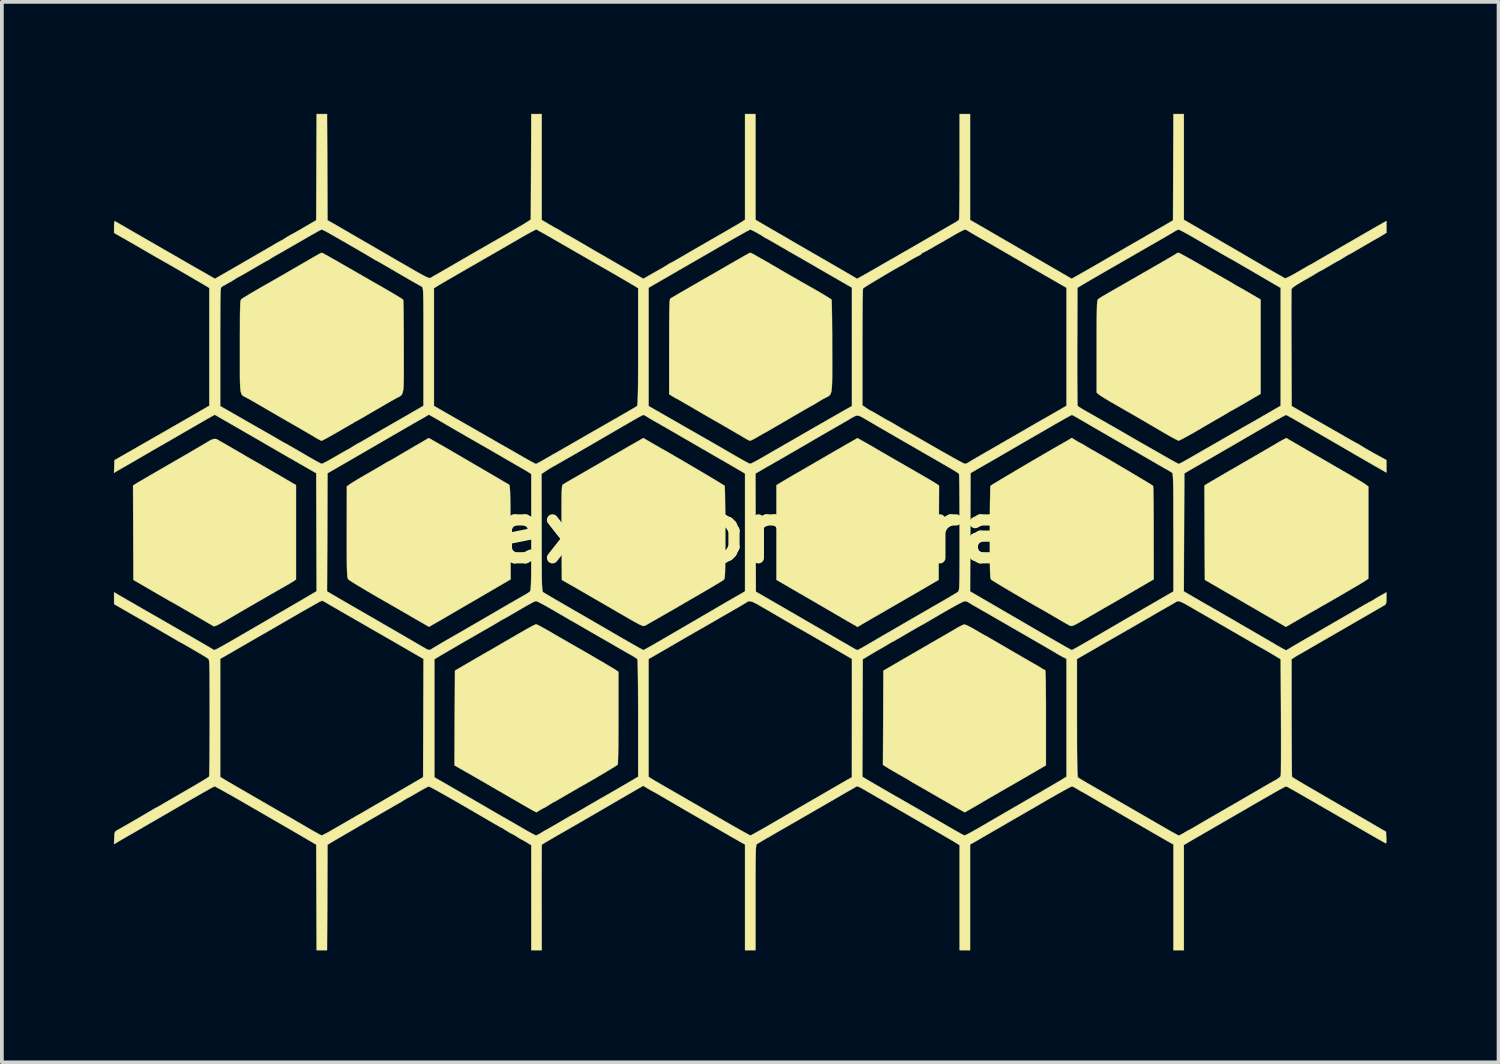
<source format=kicad_pcb>
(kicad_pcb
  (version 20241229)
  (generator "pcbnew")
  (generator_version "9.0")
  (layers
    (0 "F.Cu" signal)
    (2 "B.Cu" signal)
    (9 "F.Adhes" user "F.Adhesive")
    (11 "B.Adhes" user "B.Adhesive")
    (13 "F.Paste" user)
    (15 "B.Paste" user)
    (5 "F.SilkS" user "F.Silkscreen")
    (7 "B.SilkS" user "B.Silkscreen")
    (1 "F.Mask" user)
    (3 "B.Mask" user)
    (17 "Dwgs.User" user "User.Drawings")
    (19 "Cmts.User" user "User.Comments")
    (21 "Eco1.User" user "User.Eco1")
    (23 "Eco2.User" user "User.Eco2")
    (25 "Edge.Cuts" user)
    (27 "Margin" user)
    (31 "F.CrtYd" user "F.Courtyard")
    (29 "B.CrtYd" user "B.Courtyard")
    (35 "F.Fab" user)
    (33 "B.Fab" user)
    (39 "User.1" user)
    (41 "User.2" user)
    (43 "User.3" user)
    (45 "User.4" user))
  (footprint "hexagon_array"
    (layer "F.Cu")
    (at 17.048 11.204)
    (property "Reference" "hexagon_array" (at 0 0 0) (layer "F.SilkS") (effects (font (size 1.524 1.524) (thickness 0.3))))
    (attr through_hole)
    (fp_poly (pts (xy 14.91 -2.198) (xy 15.089 -2.094) (xy 15.287 -1.98) (xy 15.49 -1.862) (xy 15.685 -1.749) (xy 15.86 -1.648) (xy 15.933 -1.606) (xy 16.071 -1.526) (xy 16.2 -1.45) (xy 16.313 -1.383) (xy 16.403 -1.328) (xy 16.463 -1.29) (xy 16.481 -1.277) (xy 16.556 -1.221) (xy 16.556 1.247) (xy 16.47 1.306) (xy 16.428 1.333) (xy 16.352 1.379) (xy 16.249 1.44) (xy 16.125 1.513) (xy 15.986 1.594) (xy 15.839 1.68) (xy 15.689 1.767) (xy 15.543 1.851) (xy 15.407 1.929) (xy 15.379 1.945) (xy 15.317 1.98) (xy 15.227 2.032) (xy 15.117 2.095) (xy 14.994 2.165) (xy 14.866 2.239) (xy 14.741 2.311) (xy 14.627 2.377) (xy 14.531 2.432) (xy 14.462 2.472) (xy 14.432 2.49) (xy 14.351 2.537) (xy 13.808 2.223) (xy 13.623 2.115) (xy 13.413 1.994) (xy 13.193 1.866) (xy 12.978 1.741) (xy 12.782 1.628) (xy 12.723 1.594) (xy 12.18 1.279) (xy 12.174 0.017) (xy 12.169 -1.246) (xy 12.255 -1.301) (xy 12.294 -1.324) (xy 12.368 -1.368) (xy 12.472 -1.429) (xy 12.602 -1.505) (xy 12.753 -1.593) (xy 12.921 -1.69) (xy 13.1 -1.793) (xy 13.173 -1.836) (xy 13.355 -1.941) (xy 13.527 -2.04) (xy 13.685 -2.132) (xy 13.823 -2.212) (xy 13.937 -2.279) (xy 14.023 -2.329) (xy 14.075 -2.36) (xy 14.086 -2.367) (xy 14.161 -2.411) (xy 14.245 -2.458) (xy 14.264 -2.468) (xy 14.361 -2.517) (xy 14.91 -2.198)) (stroke (width 0.01) (type solid)) (fill yes) (layer "F.SilkS"))
    (fp_poly (pts (xy 2.988 -2.451) (xy 3.058 -2.412) (xy 3.153 -2.358) (xy 3.26 -2.297) (xy 3.337 -2.252) (xy 3.415 -2.206) (xy 3.497 -2.158) (xy 3.589 -2.106) (xy 3.693 -2.045) (xy 3.815 -1.975) (xy 3.96 -1.891) (xy 4.131 -1.793) (xy 4.334 -1.676) (xy 4.537 -1.559) (xy 4.663 -1.486) (xy 4.779 -1.418) (xy 4.878 -1.36) (xy 4.951 -1.315) (xy 4.993 -1.289) (xy 4.994 -1.288) (xy 5.057 -1.243) (xy 5.045 1.278) (xy 4.791 1.427) (xy 4.684 1.49) (xy 4.55 1.568) (xy 4.401 1.654) (xy 4.252 1.74) (xy 4.156 1.796) (xy 4.003 1.884) (xy 3.832 1.983) (xy 3.659 2.083) (xy 3.501 2.174) (xy 3.429 2.216) (xy 3.306 2.286) (xy 3.19 2.354) (xy 3.088 2.413) (xy 3.011 2.458) (xy 2.978 2.477) (xy 2.874 2.538) (xy 2.493 2.318) (xy 2.365 2.243) (xy 2.242 2.172) (xy 2.133 2.108) (xy 2.047 2.058) (xy 1.997 2.029) (xy 1.948 2) (xy 1.864 1.952) (xy 1.753 1.887) (xy 1.621 1.811) (xy 1.475 1.726) (xy 1.32 1.636) (xy 1.293 1.621) (xy 0.704 1.279) (xy 0.704 -1.257) (xy 0.854 -1.348) (xy 0.932 -1.394) (xy 1.037 -1.456) (xy 1.156 -1.526) (xy 1.276 -1.595) (xy 1.293 -1.605) (xy 1.426 -1.682) (xy 1.581 -1.771) (xy 1.739 -1.863) (xy 1.882 -1.945) (xy 1.893 -1.952) (xy 2.032 -2.033) (xy 2.193 -2.126) (xy 2.358 -2.221) (xy 2.509 -2.308) (xy 2.538 -2.325) (xy 2.871 -2.516) (xy 2.988 -2.451)) (stroke (width 0.01) (type solid)) (fill yes) (layer "F.SilkS"))
    (fp_poly (pts (xy -14.312 -2.493) (xy -14.291 -2.485) (xy -14.251 -2.463) (xy -14.18 -2.422) (xy -14.083 -2.367) (xy -13.969 -2.301) (xy -13.846 -2.23) (xy -13.722 -2.158) (xy -13.603 -2.088) (xy -13.497 -2.026) (xy -13.497 -2.026) (xy -13.403 -1.971) (xy -13.303 -1.914) (xy -13.24 -1.879) (xy -13.186 -1.848) (xy -13.099 -1.798) (xy -12.988 -1.734) (xy -12.858 -1.659) (xy -12.719 -1.578) (xy -12.645 -1.536) (xy -12.169 -1.258) (xy -12.169 1.267) (xy -12.232 1.311) (xy -12.281 1.342) (xy -12.357 1.388) (xy -12.446 1.44) (xy -12.481 1.459) (xy -12.577 1.514) (xy -12.705 1.587) (xy -12.858 1.675) (xy -13.026 1.772) (xy -13.203 1.874) (xy -13.38 1.976) (xy -13.55 2.075) (xy -13.704 2.164) (xy -13.831 2.239) (xy -13.989 2.331) (xy -14.111 2.401) (xy -14.204 2.453) (xy -14.272 2.488) (xy -14.319 2.51) (xy -14.35 2.519) (xy -14.372 2.52) (xy -14.386 2.514) (xy -14.44 2.482) (xy -14.523 2.434) (xy -14.627 2.373) (xy -14.747 2.304) (xy -14.875 2.229) (xy -15.005 2.154) (xy -15.131 2.082) (xy -15.246 2.015) (xy -15.344 1.959) (xy -15.419 1.916) (xy -15.463 1.891) (xy -15.472 1.887) (xy -15.501 1.871) (xy -15.563 1.836) (xy -15.654 1.784) (xy -15.768 1.718) (xy -15.898 1.643) (xy -16.014 1.576) (xy -16.522 1.28) (xy -16.528 0.017) (xy -16.533 -1.246) (xy -16.447 -1.301) (xy -16.408 -1.324) (xy -16.334 -1.368) (xy -16.23 -1.429) (xy -16.1 -1.505) (xy -15.949 -1.592) (xy -15.781 -1.689) (xy -15.603 -1.793) (xy -15.529 -1.835) (xy -15.347 -1.941) (xy -15.175 -2.04) (xy -15.017 -2.131) (xy -14.879 -2.212) (xy -14.765 -2.279) (xy -14.679 -2.329) (xy -14.627 -2.36) (xy -14.616 -2.367) (xy -14.504 -2.435) (xy -14.421 -2.477) (xy -14.359 -2.495) (xy -14.312 -2.493)) (stroke (width 0.01) (type solid)) (fill yes) (layer "F.SilkS"))
    (fp_poly (pts (xy -8.353 -2.371) (xy -8.238 -2.306) (xy -8.099 -2.226) (xy -7.95 -2.139) (xy -7.804 -2.054) (xy -7.747 -2.021) (xy -7.605 -1.938) (xy -7.451 -1.848) (xy -7.3 -1.76) (xy -7.167 -1.682) (xy -7.124 -1.657) (xy -7.005 -1.587) (xy -6.883 -1.516) (xy -6.773 -1.452) (xy -6.688 -1.402) (xy -6.686 -1.4) (xy -6.604 -1.352) (xy -6.532 -1.31) (xy -6.484 -1.284) (xy -6.478 -1.281) (xy -6.468 -1.275) (xy -6.459 -1.265) (xy -6.452 -1.249) (xy -6.446 -1.221) (xy -6.441 -1.179) (xy -6.437 -1.119) (xy -6.434 -1.037) (xy -6.432 -0.929) (xy -6.43 -0.793) (xy -6.428 -0.623) (xy -6.427 -0.417) (xy -6.426 -0.171) (xy -6.425 0.004) (xy -6.419 1.264) (xy -7.164 1.699) (xy -7.449 1.865) (xy -7.707 2.015) (xy -7.935 2.148) (xy -8.131 2.262) (xy -8.294 2.357) (xy -8.422 2.43) (xy -8.512 2.482) (xy -8.534 2.494) (xy -8.605 2.535) (xy -8.776 2.437) (xy -8.863 2.387) (xy -8.975 2.323) (xy -9.1 2.251) (xy -9.223 2.179) (xy -9.236 2.172) (xy -9.349 2.107) (xy -9.455 2.045) (xy -9.544 1.994) (xy -9.607 1.958) (xy -9.617 1.952) (xy -9.801 1.847) (xy -9.982 1.743) (xy -10.155 1.642) (xy -10.315 1.548) (xy -10.458 1.462) (xy -10.58 1.388) (xy -10.675 1.328) (xy -10.739 1.286) (xy -10.766 1.264) (xy -10.775 1.252) (xy -10.783 1.233) (xy -10.789 1.205) (xy -10.794 1.163) (xy -10.798 1.104) (xy -10.801 1.024) (xy -10.804 0.92) (xy -10.805 0.787) (xy -10.806 0.621) (xy -10.806 0.419) (xy -10.806 0.178) (xy -10.806 -0.002) (xy -10.805 -1.223) (xy -10.731 -1.278) (xy -10.687 -1.307) (xy -10.612 -1.354) (xy -10.511 -1.415) (xy -10.394 -1.484) (xy -10.268 -1.557) (xy -10.14 -1.63) (xy -10.021 -1.7) (xy -9.917 -1.76) (xy -9.837 -1.808) (xy -9.789 -1.836) (xy -9.733 -1.87) (xy -9.696 -1.891) (xy -9.688 -1.893) (xy -9.665 -1.905) (xy -9.61 -1.935) (xy -9.533 -1.979) (xy -9.451 -2.028) (xy -9.344 -2.091) (xy -9.212 -2.168) (xy -9.072 -2.251) (xy -8.938 -2.329) (xy -8.918 -2.34) (xy -8.612 -2.519) (xy -8.353 -2.371)) (stroke (width 0.01) (type solid)) (fill yes) (layer "F.SilkS"))
    (fp_poly (pts (xy 5.76 2.483) (xy 5.828 2.51) (xy 5.928 2.562) (xy 6.027 2.619) (xy 6.124 2.676) (xy 6.205 2.723) (xy 6.263 2.756) (xy 6.291 2.771) (xy 6.292 2.771) (xy 6.313 2.782) (xy 6.367 2.813) (xy 6.448 2.859) (xy 6.547 2.917) (xy 6.619 2.958) (xy 6.791 3.059) (xy 6.964 3.16) (xy 7.133 3.258) (xy 7.291 3.35) (xy 7.43 3.43) (xy 7.545 3.496) (xy 7.628 3.543) (xy 7.643 3.551) (xy 7.718 3.594) (xy 7.786 3.637) (xy 7.808 3.652) (xy 7.858 3.682) (xy 7.894 3.695) (xy 7.895 3.695) (xy 7.901 3.71) (xy 7.906 3.759) (xy 7.91 3.843) (xy 7.914 3.963) (xy 7.916 4.121) (xy 7.918 4.32) (xy 7.92 4.56) (xy 7.92 4.844) (xy 7.92 4.971) (xy 7.92 6.247) (xy 7.465 6.512) (xy 7.331 6.59) (xy 7.209 6.661) (xy 7.104 6.721) (xy 7.024 6.767) (xy 6.974 6.796) (xy 6.962 6.802) (xy 6.916 6.828) (xy 6.834 6.875) (xy 6.721 6.941) (xy 6.58 7.023) (xy 6.415 7.118) (xy 6.231 7.225) (xy 6.104 7.3) (xy 5.99 7.366) (xy 5.891 7.423) (xy 5.813 7.468) (xy 5.762 7.496) (xy 5.746 7.504) (xy 5.724 7.493) (xy 5.67 7.463) (xy 5.588 7.417) (xy 5.487 7.359) (xy 5.403 7.311) (xy 5.259 7.228) (xy 5.097 7.135) (xy 4.937 7.042) (xy 4.794 6.96) (xy 4.764 6.943) (xy 4.65 6.877) (xy 4.542 6.815) (xy 4.452 6.763) (xy 4.387 6.726) (xy 4.372 6.718) (xy 4.312 6.683) (xy 4.268 6.656) (xy 4.26 6.651) (xy 4.228 6.63) (xy 4.171 6.596) (xy 4.133 6.575) (xy 3.964 6.48) (xy 3.816 6.394) (xy 3.697 6.323) (xy 3.654 6.296) (xy 3.556 6.234) (xy 3.562 4.974) (xy 3.568 3.713) (xy 3.914 3.512) (xy 4.033 3.443) (xy 4.182 3.356) (xy 4.35 3.259) (xy 4.526 3.157) (xy 4.702 3.055) (xy 4.814 2.99) (xy 4.969 2.901) (xy 5.118 2.815) (xy 5.255 2.736) (xy 5.372 2.667) (xy 5.464 2.614) (xy 5.519 2.581) (xy 5.599 2.536) (xy 5.669 2.5) (xy 5.716 2.48) (xy 5.719 2.479) (xy 5.76 2.483)) (stroke (width 0.01) (type solid)) (fill yes) (layer "F.SilkS"))
    (fp_poly (pts (xy 11.496 -7.471) (xy 11.558 -7.44) (xy 11.655 -7.387) (xy 11.789 -7.313) (xy 11.96 -7.216) (xy 12.169 -7.096) (xy 12.411 -6.956) (xy 12.723 -6.778) (xy 12.839 -6.713) (xy 12.896 -6.68) (xy 12.937 -6.655) (xy 12.942 -6.651) (xy 12.974 -6.631) (xy 13.032 -6.597) (xy 13.081 -6.57) (xy 13.149 -6.532) (xy 13.243 -6.478) (xy 13.35 -6.417) (xy 13.433 -6.368) (xy 13.67 -6.23) (xy 13.67 -3.704) (xy 13.296 -3.485) (xy 13.177 -3.416) (xy 13.071 -3.355) (xy 12.985 -3.306) (xy 12.925 -3.272) (xy 12.898 -3.258) (xy 12.864 -3.241) (xy 12.809 -3.208) (xy 12.785 -3.193) (xy 12.706 -3.145) (xy 12.625 -3.098) (xy 12.612 -3.09) (xy 12.569 -3.066) (xy 12.492 -3.022) (xy 12.389 -2.962) (xy 12.265 -2.89) (xy 12.127 -2.81) (xy 12.017 -2.745) (xy 11.877 -2.664) (xy 11.749 -2.592) (xy 11.639 -2.532) (xy 11.553 -2.486) (xy 11.495 -2.458) (xy 11.474 -2.45) (xy 11.446 -2.462) (xy 11.384 -2.494) (xy 11.293 -2.543) (xy 11.181 -2.606) (xy 11.053 -2.68) (xy 10.957 -2.736) (xy 10.779 -2.84) (xy 10.635 -2.925) (xy 10.517 -2.994) (xy 10.418 -3.051) (xy 10.333 -3.101) (xy 10.254 -3.146) (xy 10.175 -3.192) (xy 10.088 -3.241) (xy 9.988 -3.299) (xy 9.867 -3.368) (xy 9.825 -3.392) (xy 9.693 -3.468) (xy 9.572 -3.539) (xy 9.469 -3.602) (xy 9.39 -3.652) (xy 9.343 -3.684) (xy 9.335 -3.691) (xy 9.283 -3.739) (xy 9.283 -4.972) (xy 9.283 -5.243) (xy 9.283 -5.471) (xy 9.284 -5.661) (xy 9.285 -5.816) (xy 9.287 -5.939) (xy 9.289 -6.035) (xy 9.292 -6.107) (xy 9.297 -6.16) (xy 9.302 -6.195) (xy 9.309 -6.219) (xy 9.317 -6.233) (xy 9.323 -6.24) (xy 9.358 -6.265) (xy 9.425 -6.307) (xy 9.512 -6.359) (xy 9.606 -6.413) (xy 9.721 -6.479) (xy 9.86 -6.558) (xy 10.004 -6.641) (xy 10.139 -6.718) (xy 10.148 -6.724) (xy 10.261 -6.789) (xy 10.403 -6.87) (xy 10.562 -6.962) (xy 10.727 -7.056) (xy 10.886 -7.148) (xy 10.922 -7.169) (xy 11.057 -7.246) (xy 11.178 -7.317) (xy 11.281 -7.377) (xy 11.359 -7.424) (xy 11.406 -7.453) (xy 11.417 -7.461) (xy 11.459 -7.481) (xy 11.468 -7.481) (xy 11.496 -7.471)) (stroke (width 0.01) (type solid)) (fill yes) (layer "F.SilkS"))
    (fp_poly (pts (xy -5.707 2.482) (xy -5.645 2.512) (xy -5.559 2.558) (xy -5.459 2.614) (xy -5.433 2.629) (xy -5.248 2.737) (xy -5.076 2.837) (xy -4.921 2.926) (xy -4.79 3.002) (xy -4.688 3.06) (xy -4.62 3.099) (xy -4.618 3.1) (xy -4.528 3.151) (xy -4.417 3.215) (xy -4.293 3.287) (xy -4.16 3.364) (xy -4.028 3.442) (xy -3.901 3.516) (xy -3.788 3.583) (xy -3.695 3.639) (xy -3.628 3.679) (xy -3.596 3.7) (xy -3.533 3.744) (xy -3.533 4.972) (xy -3.534 5.206) (xy -3.535 5.427) (xy -3.536 5.629) (xy -3.538 5.81) (xy -3.54 5.963) (xy -3.543 6.086) (xy -3.546 6.172) (xy -3.549 6.219) (xy -3.551 6.226) (xy -3.574 6.244) (xy -3.632 6.282) (xy -3.718 6.335) (xy -3.825 6.4) (xy -3.949 6.474) (xy -4.083 6.553) (xy -4.221 6.634) (xy -4.357 6.712) (xy -4.485 6.785) (xy -4.523 6.806) (xy -4.579 6.838) (xy -4.665 6.888) (xy -4.771 6.949) (xy -4.886 7.016) (xy -4.936 7.045) (xy -5.043 7.108) (xy -5.135 7.161) (xy -5.205 7.201) (xy -5.247 7.224) (xy -5.255 7.227) (xy -5.278 7.239) (xy -5.328 7.269) (xy -5.39 7.308) (xy -5.457 7.35) (xy -5.507 7.379) (xy -5.53 7.389) (xy -5.555 7.4) (xy -5.605 7.429) (xy -5.634 7.447) (xy -5.689 7.481) (xy -5.725 7.501) (xy -5.732 7.504) (xy -5.753 7.493) (xy -5.806 7.465) (xy -5.881 7.423) (xy -5.934 7.393) (xy -6.042 7.331) (xy -6.169 7.258) (xy -6.297 7.184) (xy -6.362 7.147) (xy -6.472 7.083) (xy -6.606 7.005) (xy -6.748 6.923) (xy -6.881 6.846) (xy -6.893 6.839) (xy -7.012 6.77) (xy -7.13 6.702) (xy -7.236 6.641) (xy -7.316 6.594) (xy -7.331 6.585) (xy -7.412 6.539) (xy -7.517 6.479) (xy -7.629 6.415) (xy -7.695 6.377) (xy -7.921 6.249) (xy -7.909 3.712) (xy -7.574 3.516) (xy -7.454 3.447) (xy -7.342 3.381) (xy -7.245 3.325) (xy -7.174 3.284) (xy -7.147 3.268) (xy -7.062 3.22) (xy -6.94 3.15) (xy -6.782 3.059) (xy -6.592 2.948) (xy -6.37 2.819) (xy -6.182 2.71) (xy -6.056 2.638) (xy -5.943 2.574) (xy -5.849 2.523) (xy -5.779 2.488) (xy -5.742 2.471) (xy -5.738 2.471) (xy -5.707 2.482)) (stroke (width 0.01) (type solid)) (fill yes) (layer "F.SilkS"))
    (fp_poly (pts (xy -2.639 -2.387) (xy -2.539 -2.329) (xy -2.445 -2.275) (xy -2.369 -2.232) (xy -2.332 -2.211) (xy -2.224 -2.15) (xy -2.096 -2.076) (xy -1.95 -1.991) (xy -1.794 -1.9) (xy -1.631 -1.805) (xy -1.467 -1.708) (xy -1.306 -1.613) (xy -1.154 -1.523) (xy -1.015 -1.44) (xy -0.894 -1.367) (xy -0.797 -1.308) (xy -0.728 -1.265) (xy -0.691 -1.241) (xy -0.687 -1.238) (xy -0.684 -1.211) (xy -0.681 -1.141) (xy -0.678 -1.035) (xy -0.676 -0.895) (xy -0.674 -0.726) (xy -0.672 -0.534) (xy -0.671 -0.321) (xy -0.67 -0.092) (xy -0.67 0.014) (xy -0.67 0.284) (xy -0.67 0.512) (xy -0.671 0.701) (xy -0.672 0.855) (xy -0.674 0.978) (xy -0.676 1.073) (xy -0.68 1.145) (xy -0.684 1.196) (xy -0.689 1.232) (xy -0.696 1.255) (xy -0.704 1.269) (xy -0.71 1.276) (xy -0.742 1.297) (xy -0.807 1.338) (xy -0.899 1.394) (xy -1.011 1.461) (xy -1.137 1.535) (xy -1.178 1.559) (xy -1.316 1.639) (xy -1.45 1.717) (xy -1.573 1.788) (xy -1.675 1.847) (xy -1.747 1.889) (xy -1.755 1.894) (xy -1.879 1.966) (xy -2.015 2.045) (xy -2.158 2.127) (xy -2.302 2.21) (xy -2.439 2.289) (xy -2.565 2.361) (xy -2.674 2.423) (xy -2.758 2.471) (xy -2.812 2.501) (xy -2.829 2.51) (xy -2.853 2.515) (xy -2.888 2.507) (xy -2.942 2.485) (xy -3.019 2.446) (xy -3.126 2.387) (xy -3.221 2.333) (xy -3.362 2.251) (xy -3.528 2.156) (xy -3.701 2.055) (xy -3.868 1.959) (xy -3.96 1.905) (xy -4.14 1.801) (xy -4.287 1.716) (xy -4.407 1.646) (xy -4.507 1.589) (xy -4.593 1.539) (xy -4.672 1.493) (xy -4.751 1.448) (xy -4.836 1.4) (xy -4.838 1.399) (xy -5.045 1.28) (xy -5.051 0.02) (xy -5.052 -0.266) (xy -5.053 -0.508) (xy -5.053 -0.711) (xy -5.052 -0.876) (xy -5.05 -1.008) (xy -5.047 -1.109) (xy -5.043 -1.182) (xy -5.038 -1.23) (xy -5.033 -1.257) (xy -5.028 -1.265) (xy -4.999 -1.284) (xy -4.937 -1.321) (xy -4.851 -1.373) (xy -4.747 -1.433) (xy -4.687 -1.467) (xy -4.585 -1.526) (xy -4.491 -1.58) (xy -4.4 -1.632) (xy -4.305 -1.688) (xy -4.197 -1.75) (xy -4.07 -1.823) (xy -3.918 -1.911) (xy -3.735 -2.017) (xy -3.636 -2.074) (xy -3.511 -2.146) (xy -3.374 -2.225) (xy -3.238 -2.304) (xy -3.193 -2.329) (xy -2.865 -2.518) (xy -2.639 -2.387)) (stroke (width 0.01) (type solid)) (fill yes) (layer "F.SilkS"))
    (fp_poly (pts (xy 8.729 -2.45) (xy 8.793 -2.411) (xy 8.839 -2.386) (xy 8.856 -2.378) (xy 8.881 -2.367) (xy 8.93 -2.338) (xy 8.961 -2.319) (xy 9.04 -2.271) (xy 9.121 -2.223) (xy 9.14 -2.213) (xy 9.236 -2.159) (xy 9.355 -2.09) (xy 9.493 -2.011) (xy 9.644 -1.923) (xy 9.803 -1.829) (xy 9.965 -1.734) (xy 10.126 -1.639) (xy 10.281 -1.547) (xy 10.423 -1.462) (xy 10.549 -1.387) (xy 10.654 -1.324) (xy 10.732 -1.276) (xy 10.778 -1.246) (xy 10.789 -1.238) (xy 10.792 -1.211) (xy 10.795 -1.141) (xy 10.798 -1.035) (xy 10.8 -0.895) (xy 10.803 -0.726) (xy 10.804 -0.533) (xy 10.805 -0.32) (xy 10.806 -0.09) (xy 10.806 0.026) (xy 10.807 1.265) (xy 10.212 1.611) (xy 10.056 1.702) (xy 9.909 1.788) (xy 9.775 1.865) (xy 9.662 1.93) (xy 9.575 1.98) (xy 9.52 2.011) (xy 9.513 2.015) (xy 9.461 2.045) (xy 9.376 2.094) (xy 9.269 2.156) (xy 9.146 2.227) (xy 9.017 2.302) (xy 9.014 2.303) (xy 8.879 2.381) (xy 8.778 2.439) (xy 8.705 2.478) (xy 8.653 2.502) (xy 8.616 2.513) (xy 8.59 2.513) (xy 8.567 2.506) (xy 8.553 2.499) (xy 8.51 2.475) (xy 8.436 2.434) (xy 8.34 2.378) (xy 8.229 2.314) (xy 8.159 2.273) (xy 8.038 2.202) (xy 7.92 2.134) (xy 7.816 2.074) (xy 7.736 2.029) (xy 7.709 2.013) (xy 7.614 1.96) (xy 7.498 1.893) (xy 7.366 1.817) (xy 7.225 1.735) (xy 7.081 1.65) (xy 6.938 1.566) (xy 6.804 1.487) (xy 6.684 1.415) (xy 6.584 1.354) (xy 6.509 1.308) (xy 6.466 1.281) (xy 6.46 1.276) (xy 6.451 1.265) (xy 6.443 1.248) (xy 6.437 1.222) (xy 6.432 1.182) (xy 6.428 1.124) (xy 6.425 1.045) (xy 6.423 0.941) (xy 6.421 0.808) (xy 6.42 0.643) (xy 6.42 0.442) (xy 6.42 0.201) (xy 6.42 0.014) (xy 6.42 -0.22) (xy 6.421 -0.441) (xy 6.422 -0.643) (xy 6.424 -0.823) (xy 6.427 -0.976) (xy 6.429 -1.098) (xy 6.432 -1.185) (xy 6.435 -1.231) (xy 6.437 -1.238) (xy 6.459 -1.253) (xy 6.516 -1.289) (xy 6.604 -1.342) (xy 6.717 -1.411) (xy 6.852 -1.491) (xy 7.004 -1.581) (xy 7.167 -1.678) (xy 7.338 -1.779) (xy 7.512 -1.881) (xy 7.683 -1.981) (xy 7.848 -2.078) (xy 8.001 -2.167) (xy 8.139 -2.246) (xy 8.255 -2.313) (xy 8.347 -2.365) (xy 8.37 -2.378) (xy 8.448 -2.422) (xy 8.523 -2.466) (xy 8.538 -2.475) (xy 8.613 -2.521) (xy 8.729 -2.45)) (stroke (width 0.01) (type solid)) (fill yes) (layer "F.SilkS"))
    (fp_poly (pts (xy 0.029 -7.471) (xy 0.084 -7.443) (xy 0.157 -7.403) (xy 0.165 -7.398) (xy 0.252 -7.348) (xy 0.335 -7.301) (xy 0.393 -7.268) (xy 0.447 -7.237) (xy 0.529 -7.19) (xy 0.624 -7.134) (xy 0.681 -7.101) (xy 0.824 -7.017) (xy 0.974 -6.93) (xy 1.121 -6.845) (xy 1.257 -6.768) (xy 1.37 -6.702) (xy 1.454 -6.655) (xy 1.455 -6.655) (xy 1.623 -6.559) (xy 1.778 -6.471) (xy 1.914 -6.391) (xy 2.026 -6.324) (xy 2.11 -6.272) (xy 2.162 -6.238) (xy 2.176 -6.225) (xy 2.179 -6.198) (xy 2.182 -6.129) (xy 2.185 -6.022) (xy 2.187 -5.882) (xy 2.19 -5.714) (xy 2.191 -5.521) (xy 2.193 -5.307) (xy 2.193 -5.078) (xy 2.193 -4.962) (xy 2.194 -4.689) (xy 2.194 -4.457) (xy 2.194 -4.264) (xy 2.193 -4.106) (xy 2.19 -3.979) (xy 2.185 -3.878) (xy 2.177 -3.801) (xy 2.165 -3.743) (xy 2.149 -3.701) (xy 2.129 -3.67) (xy 2.103 -3.647) (xy 2.071 -3.627) (xy 2.032 -3.608) (xy 1.986 -3.585) (xy 1.974 -3.579) (xy 1.893 -3.533) (xy 1.819 -3.489) (xy 1.774 -3.46) (xy 1.729 -3.431) (xy 1.703 -3.418) (xy 1.702 -3.417) (xy 1.68 -3.406) (xy 1.623 -3.374) (xy 1.536 -3.325) (xy 1.423 -3.26) (xy 1.29 -3.182) (xy 1.14 -3.096) (xy 1.039 -3.036) (xy 0.882 -2.945) (xy 0.738 -2.861) (xy 0.612 -2.788) (xy 0.509 -2.728) (xy 0.433 -2.685) (xy 0.389 -2.66) (xy 0.38 -2.655) (xy 0.359 -2.645) (xy 0.307 -2.615) (xy 0.234 -2.573) (xy 0.198 -2.552) (xy 0.116 -2.505) (xy 0.047 -2.47) (xy 0.002 -2.451) (xy -0.006 -2.449) (xy -0.04 -2.462) (xy -0.099 -2.492) (xy -0.15 -2.521) (xy -0.214 -2.56) (xy -0.308 -2.615) (xy -0.424 -2.683) (xy -0.551 -2.757) (xy -0.679 -2.831) (xy -0.8 -2.901) (xy -0.903 -2.96) (xy -0.964 -2.994) (xy -1.012 -3.022) (xy -1.093 -3.069) (xy -1.2 -3.13) (xy -1.324 -3.203) (xy -1.459 -3.281) (xy -1.515 -3.314) (xy -1.645 -3.39) (xy -1.762 -3.457) (xy -1.858 -3.513) (xy -1.93 -3.554) (xy -1.971 -3.576) (xy -1.978 -3.579) (xy -2.001 -3.59) (xy -2.049 -3.619) (xy -2.079 -3.637) (xy -2.171 -3.695) (xy -2.171 -4.962) (xy -2.17 -5.25) (xy -2.17 -5.494) (xy -2.168 -5.698) (xy -2.166 -5.865) (xy -2.164 -5.998) (xy -2.161 -6.099) (xy -2.156 -6.173) (xy -2.151 -6.221) (xy -2.145 -6.246) (xy -2.142 -6.252) (xy -2.115 -6.269) (xy -2.053 -6.306) (xy -1.962 -6.36) (xy -1.848 -6.426) (xy -1.715 -6.503) (xy -1.57 -6.587) (xy -1.559 -6.593) (xy -1.4 -6.684) (xy -1.241 -6.776) (xy -1.091 -6.862) (xy -0.958 -6.938) (xy -0.85 -7) (xy -0.785 -7.038) (xy -0.577 -7.158) (xy -0.407 -7.256) (xy -0.27 -7.334) (xy -0.165 -7.394) (xy -0.087 -7.437) (xy -0.036 -7.465) (xy -0.007 -7.479) (xy 0.002 -7.481) (xy 0.029 -7.471)) (stroke (width 0.01) (type solid)) (fill yes) (layer "F.SilkS"))
    (fp_poly (pts (xy -11.454 -7.471) (xy -11.396 -7.44) (xy -11.314 -7.395) (xy -11.215 -7.339) (xy -11.174 -7.316) (xy -10.943 -7.183) (xy -10.73 -7.061) (xy -10.54 -6.952) (xy -10.375 -6.857) (xy -10.239 -6.779) (xy -10.134 -6.719) (xy -10.065 -6.679) (xy -10.045 -6.668) (xy -9.86 -6.562) (xy -9.696 -6.467) (xy -9.555 -6.384) (xy -9.442 -6.317) (xy -9.359 -6.265) (xy -9.311 -6.233) (xy -9.3 -6.224) (xy -9.297 -6.197) (xy -9.294 -6.128) (xy -9.291 -6.022) (xy -9.289 -5.882) (xy -9.287 -5.714) (xy -9.285 -5.521) (xy -9.284 -5.307) (xy -9.283 -5.078) (xy -9.283 -4.962) (xy -9.283 -4.689) (xy -9.282 -4.457) (xy -9.282 -4.265) (xy -9.283 -4.106) (xy -9.286 -3.979) (xy -9.291 -3.879) (xy -9.299 -3.802) (xy -9.311 -3.744) (xy -9.326 -3.702) (xy -9.346 -3.671) (xy -9.371 -3.648) (xy -9.402 -3.629) (xy -9.439 -3.611) (xy -9.484 -3.588) (xy -9.494 -3.582) (xy -9.553 -3.549) (xy -9.644 -3.498) (xy -9.758 -3.432) (xy -9.889 -3.356) (xy -10.028 -3.275) (xy -10.08 -3.245) (xy -10.21 -3.169) (xy -10.326 -3.101) (xy -10.423 -3.045) (xy -10.494 -3.005) (xy -10.534 -2.982) (xy -10.541 -2.979) (xy -10.562 -2.968) (xy -10.617 -2.936) (xy -10.7 -2.888) (xy -10.806 -2.827) (xy -10.93 -2.755) (xy -11.001 -2.713) (xy -11.133 -2.637) (xy -11.252 -2.57) (xy -11.352 -2.514) (xy -11.428 -2.474) (xy -11.474 -2.452) (xy -11.483 -2.449) (xy -11.517 -2.462) (xy -11.575 -2.492) (xy -11.626 -2.521) (xy -11.687 -2.558) (xy -11.778 -2.612) (xy -11.891 -2.678) (xy -12.015 -2.75) (xy -12.141 -2.823) (xy -12.259 -2.891) (xy -12.361 -2.949) (xy -12.423 -2.985) (xy -12.467 -3.01) (xy -12.544 -3.054) (xy -12.646 -3.113) (xy -12.765 -3.183) (xy -12.896 -3.258) (xy -12.931 -3.279) (xy -13.066 -3.357) (xy -13.195 -3.432) (xy -13.309 -3.498) (xy -13.402 -3.551) (xy -13.465 -3.586) (xy -13.474 -3.591) (xy -13.516 -3.613) (xy -13.552 -3.631) (xy -13.582 -3.648) (xy -13.606 -3.669) (xy -13.626 -3.698) (xy -13.641 -3.738) (xy -13.652 -3.792) (xy -13.66 -3.866) (xy -13.666 -3.962) (xy -13.669 -4.085) (xy -13.67 -4.238) (xy -13.67 -4.425) (xy -13.67 -4.65) (xy -13.67 -4.917) (xy -13.67 -4.965) (xy -13.67 -5.236) (xy -13.669 -5.466) (xy -13.669 -5.656) (xy -13.668 -5.812) (xy -13.666 -5.936) (xy -13.663 -6.033) (xy -13.66 -6.105) (xy -13.656 -6.158) (xy -13.65 -6.194) (xy -13.644 -6.218) (xy -13.636 -6.232) (xy -13.629 -6.239) (xy -13.597 -6.262) (xy -13.531 -6.303) (xy -13.44 -6.358) (xy -13.331 -6.423) (xy -13.21 -6.494) (xy -13.087 -6.565) (xy -12.966 -6.634) (xy -12.896 -6.673) (xy -12.849 -6.7) (xy -12.769 -6.746) (xy -12.664 -6.806) (xy -12.541 -6.877) (xy -12.408 -6.954) (xy -12.365 -6.979) (xy -12.22 -7.063) (xy -12.073 -7.148) (xy -11.934 -7.228) (xy -11.814 -7.298) (xy -11.722 -7.351) (xy -11.712 -7.357) (xy -11.622 -7.408) (xy -11.548 -7.449) (xy -11.497 -7.475) (xy -11.479 -7.481) (xy -11.454 -7.471)) (stroke (width 0.01) (type solid)) (fill yes) (layer "F.SilkS"))
    (fp_poly (pts (xy -11.326 -8.353) (xy -11.257 -8.315) (xy -11.194 -8.28) (xy -11.117 -8.236) (xy -11.084 -8.216) (xy -11.019 -8.179) (xy -10.919 -8.121) (xy -10.79 -8.046) (xy -10.637 -7.957) (xy -10.466 -7.858) (xy -10.28 -7.751) (xy -10.087 -7.639) (xy -9.891 -7.525) (xy -9.697 -7.413) (xy -9.511 -7.305) (xy -9.338 -7.205) (xy -9.183 -7.116) (xy -9.158 -7.101) (xy -8.993 -7.006) (xy -8.863 -6.932) (xy -8.764 -6.878) (xy -8.69 -6.84) (xy -8.637 -6.816) (xy -8.601 -6.805) (xy -8.577 -6.804) (xy -8.56 -6.811) (xy -8.51 -6.841) (xy -8.444 -6.878) (xy -8.431 -6.886) (xy -8.386 -6.911) (xy -8.308 -6.956) (xy -8.206 -7.015) (xy -8.085 -7.085) (xy -7.955 -7.16) (xy -7.92 -7.18) (xy -7.766 -7.27) (xy -7.599 -7.366) (xy -7.434 -7.462) (xy -7.283 -7.549) (xy -7.17 -7.613) (xy -6.904 -7.766) (xy -6.675 -7.897) (xy -6.483 -8.007) (xy -6.324 -8.1) (xy -6.196 -8.174) (xy -6.097 -8.232) (xy -6.025 -8.276) (xy -5.977 -8.306) (xy -5.969 -8.311) (xy -5.877 -8.372) (xy -5.865 -11.199) (xy -5.588 -11.199) (xy -5.588 -8.362) (xy -5.39 -8.245) (xy -5.305 -8.196) (xy -5.237 -8.157) (xy -5.193 -8.133) (xy -5.182 -8.128) (xy -5.16 -8.117) (xy -5.11 -8.087) (xy -5.047 -8.047) (xy -4.981 -8.006) (xy -4.931 -7.977) (xy -4.91 -7.966) (xy -4.888 -7.955) (xy -4.833 -7.925) (xy -4.752 -7.878) (xy -4.652 -7.821) (xy -4.58 -7.779) (xy -4.491 -7.727) (xy -4.402 -7.675) (xy -4.308 -7.62) (xy -4.204 -7.559) (xy -4.086 -7.491) (xy -3.949 -7.412) (xy -3.79 -7.32) (xy -3.604 -7.212) (xy -3.385 -7.086) (xy -3.181 -6.968) (xy -2.863 -6.785) (xy -2.684 -6.888) (xy -2.586 -6.944) (xy -2.486 -7.001) (xy -2.404 -7.047) (xy -2.39 -7.055) (xy -2.313 -7.099) (xy -2.243 -7.142) (xy -2.213 -7.161) (xy -2.168 -7.191) (xy -2.141 -7.204) (xy -2.141 -7.204) (xy -2.118 -7.215) (xy -2.062 -7.246) (xy -1.978 -7.293) (xy -1.874 -7.353) (xy -1.755 -7.422) (xy -1.74 -7.431) (xy -1.6 -7.512) (xy -1.433 -7.609) (xy -1.251 -7.714) (xy -1.067 -7.82) (xy -0.895 -7.919) (xy -0.854 -7.943) (xy -0.71 -8.025) (xy -0.573 -8.105) (xy -0.451 -8.176) (xy -0.349 -8.235) (xy -0.277 -8.278) (xy -0.248 -8.296) (xy -0.139 -8.364) (xy -0.139 -11.199) (xy 0.139 -11.199) (xy 0.139 -8.365) (xy 0.548 -8.127) (xy 0.866 -7.943) (xy 1.148 -7.779) (xy 1.394 -7.636) (xy 1.604 -7.515) (xy 1.776 -7.416) (xy 1.91 -7.338) (xy 2.005 -7.284) (xy 2.032 -7.268) (xy 2.078 -7.242) (xy 2.155 -7.197) (xy 2.257 -7.138) (xy 2.374 -7.07) (xy 2.488 -7.004) (xy 2.863 -6.785) (xy 2.984 -6.852) (xy 3.031 -6.878) (xy 3.114 -6.925) (xy 3.228 -6.99) (xy 3.369 -7.071) (xy 3.532 -7.165) (xy 3.713 -7.269) (xy 3.909 -7.381) (xy 4.113 -7.499) (xy 4.323 -7.619) (xy 4.533 -7.74) (xy 4.739 -7.86) (xy 4.938 -7.974) (xy 5.045 -8.036) (xy 5.169 -8.108) (xy 5.284 -8.174) (xy 5.383 -8.231) (xy 5.457 -8.274) (xy 5.496 -8.296) (xy 5.552 -8.331) (xy 5.589 -8.362) (xy 5.593 -8.367) (xy 5.596 -8.395) (xy 5.599 -8.464) (xy 5.602 -8.571) (xy 5.604 -8.713) (xy 5.606 -8.884) (xy 5.608 -9.081) (xy 5.61 -9.3) (xy 5.61 -9.536) (xy 5.611 -9.787) (xy 5.611 -9.796) (xy 5.611 -11.199) (xy 5.888 -11.199) (xy 5.888 -8.361) (xy 6.056 -8.265) (xy 6.16 -8.205) (xy 6.274 -8.139) (xy 6.373 -8.082) (xy 6.373 -8.081) (xy 6.431 -8.048) (xy 6.522 -7.995) (xy 6.641 -7.926) (xy 6.78 -7.845) (xy 6.934 -7.756) (xy 7.097 -7.662) (xy 7.158 -7.626) (xy 7.339 -7.522) (xy 7.53 -7.411) (xy 7.721 -7.301) (xy 7.902 -7.196) (xy 8.063 -7.102) (xy 8.195 -7.026) (xy 8.202 -7.022) (xy 8.611 -6.785) (xy 8.802 -6.893) (xy 8.923 -6.962) (xy 9.018 -7.016) (xy 9.098 -7.062) (xy 9.174 -7.105) (xy 9.257 -7.153) (xy 9.356 -7.21) (xy 9.484 -7.284) (xy 9.502 -7.295) (xy 9.627 -7.368) (xy 9.781 -7.457) (xy 9.952 -7.555) (xy 10.127 -7.656) (xy 10.295 -7.753) (xy 10.345 -7.781) (xy 10.499 -7.87) (xy 10.656 -7.961) (xy 10.806 -8.047) (xy 10.939 -8.124) (xy 11.046 -8.186) (xy 11.084 -8.208) (xy 11.326 -8.35) (xy 11.332 -9.774) (xy 11.338 -11.199) (xy 11.615 -11.199) (xy 11.615 -8.366) (xy 12.325 -7.955) (xy 12.496 -7.856) (xy 12.659 -7.761) (xy 12.809 -7.674) (xy 12.941 -7.598) (xy 13.048 -7.535) (xy 13.126 -7.49) (xy 13.162 -7.469) (xy 13.278 -7.401) (xy 13.409 -7.324) (xy 13.55 -7.242) (xy 13.695 -7.158) (xy 13.837 -7.076) (xy 13.972 -6.998) (xy 14.093 -6.929) (xy 14.195 -6.871) (xy 14.271 -6.828) (xy 14.317 -6.802) (xy 14.327 -6.798) (xy 14.356 -6.805) (xy 14.417 -6.832) (xy 14.503 -6.876) (xy 14.605 -6.933) (xy 14.674 -6.972) (xy 14.782 -7.035) (xy 14.875 -7.089) (xy 14.946 -7.13) (xy 14.989 -7.154) (xy 14.998 -7.158) (xy 15.02 -7.169) (xy 15.072 -7.198) (xy 15.144 -7.24) (xy 15.175 -7.258) (xy 15.269 -7.314) (xy 15.363 -7.368) (xy 15.439 -7.412) (xy 15.448 -7.417) (xy 15.512 -7.453) (xy 15.61 -7.509) (xy 15.737 -7.582) (xy 15.887 -7.669) (xy 16.055 -7.766) (xy 16.236 -7.87) (xy 16.395 -7.962) (xy 16.516 -8.032) (xy 16.653 -8.111) (xy 16.782 -8.185) (xy 16.828 -8.211) (xy 17.041 -8.332) (xy 17.041 -8.019) (xy 16.924 -7.947) (xy 16.861 -7.908) (xy 16.815 -7.882) (xy 16.8 -7.874) (xy 16.778 -7.863) (xy 16.723 -7.832) (xy 16.641 -7.785) (xy 16.539 -7.725) (xy 16.421 -7.657) (xy 16.418 -7.655) (xy 16.3 -7.586) (xy 16.196 -7.526) (xy 16.113 -7.478) (xy 16.056 -7.447) (xy 16.033 -7.435) (xy 16.033 -7.435) (xy 16.01 -7.424) (xy 15.959 -7.394) (xy 15.897 -7.354) (xy 15.831 -7.313) (xy 15.782 -7.284) (xy 15.761 -7.274) (xy 15.739 -7.263) (xy 15.685 -7.233) (xy 15.608 -7.188) (xy 15.517 -7.135) (xy 15.425 -7.081) (xy 15.348 -7.037) (xy 15.294 -7.007) (xy 15.272 -6.997) (xy 15.249 -6.985) (xy 15.2 -6.957) (xy 15.169 -6.938) (xy 15.09 -6.889) (xy 15.009 -6.842) (xy 14.99 -6.831) (xy 14.827 -6.739) (xy 14.702 -6.665) (xy 14.609 -6.607) (xy 14.547 -6.562) (xy 14.511 -6.529) (xy 14.497 -6.503) (xy 14.496 -6.502) (xy 14.495 -6.471) (xy 14.494 -6.398) (xy 14.494 -6.287) (xy 14.493 -6.141) (xy 14.493 -5.965) (xy 14.493 -5.762) (xy 14.494 -5.537) (xy 14.494 -5.294) (xy 14.495 -5.036) (xy 14.496 -4.915) (xy 14.502 -3.376) (xy 14.854 -3.173) (xy 14.99 -3.095) (xy 15.134 -3.013) (xy 15.272 -2.934) (xy 15.389 -2.867) (xy 15.436 -2.84) (xy 15.549 -2.776) (xy 15.684 -2.699) (xy 15.826 -2.618) (xy 15.954 -2.544) (xy 16.057 -2.485) (xy 16.144 -2.435) (xy 16.21 -2.399) (xy 16.245 -2.38) (xy 16.249 -2.378) (xy 16.271 -2.367) (xy 16.32 -2.339) (xy 16.353 -2.318) (xy 16.443 -2.263) (xy 16.552 -2.199) (xy 16.688 -2.122) (xy 16.857 -2.028) (xy 16.862 -2.026) (xy 17.04 -1.928) (xy 17.041 -1.762) (xy 17.041 -1.597) (xy 16.828 -1.718) (xy 16.728 -1.775) (xy 16.622 -1.836) (xy 16.504 -1.904) (xy 16.368 -1.983) (xy 16.208 -2.075) (xy 16.02 -2.185) (xy 15.806 -2.309) (xy 15.599 -2.429) (xy 15.41 -2.539) (xy 15.243 -2.635) (xy 15.103 -2.716) (xy 14.994 -2.779) (xy 14.92 -2.821) (xy 14.917 -2.823) (xy 14.864 -2.853) (xy 14.783 -2.9) (xy 14.686 -2.956) (xy 14.603 -3.004) (xy 14.51 -3.058) (xy 14.431 -3.101) (xy 14.375 -3.13) (xy 14.351 -3.14) (xy 14.327 -3.129) (xy 14.268 -3.098) (xy 14.182 -3.05) (xy 14.073 -2.989) (xy 13.948 -2.917) (xy 13.88 -2.877) (xy 13.696 -2.771) (xy 13.505 -2.66) (xy 13.31 -2.547) (xy 13.117 -2.434) (xy 12.93 -2.326) (xy 12.754 -2.224) (xy 12.593 -2.131) (xy 12.452 -2.049) (xy 12.336 -1.982) (xy 12.25 -1.933) (xy 12.198 -1.903) (xy 12.192 -1.899) (xy 12.14 -1.87) (xy 12.059 -1.823) (xy 11.961 -1.767) (xy 11.869 -1.714) (xy 11.626 -1.573) (xy 11.62 0.008) (xy 11.614 1.589) (xy 11.851 1.727) (xy 11.953 1.786) (xy 12.049 1.842) (xy 12.126 1.886) (xy 12.169 1.911) (xy 12.231 1.946) (xy 12.328 2.002) (xy 12.453 2.074) (xy 12.601 2.159) (xy 12.767 2.255) (xy 12.944 2.357) (xy 13.126 2.463) (xy 13.309 2.569) (xy 13.487 2.672) (xy 13.654 2.769) (xy 13.803 2.856) (xy 13.931 2.93) (xy 14.03 2.988) (xy 14.085 3.021) (xy 14.166 3.068) (xy 14.246 3.112) (xy 14.272 3.127) (xy 14.356 3.17) (xy 14.584 3.035) (xy 14.68 2.978) (xy 14.765 2.928) (xy 14.829 2.891) (xy 14.859 2.873) (xy 14.894 2.854) (xy 14.964 2.814) (xy 15.063 2.757) (xy 15.186 2.686) (xy 15.327 2.604) (xy 15.482 2.514) (xy 15.646 2.419) (xy 15.812 2.323) (xy 15.956 2.24) (xy 16.08 2.168) (xy 16.213 2.09) (xy 16.339 2.017) (xy 16.427 1.966) (xy 16.513 1.917) (xy 16.584 1.877) (xy 16.63 1.853) (xy 16.643 1.847) (xy 16.667 1.836) (xy 16.711 1.807) (xy 16.714 1.805) (xy 16.767 1.771) (xy 16.843 1.727) (xy 16.908 1.69) (xy 17.041 1.616) (xy 17.041 1.772) (xy 17.039 1.856) (xy 17.032 1.907) (xy 17.015 1.938) (xy 16.984 1.961) (xy 16.977 1.965) (xy 16.931 1.992) (xy 16.852 2.037) (xy 16.748 2.098) (xy 16.624 2.169) (xy 16.49 2.247) (xy 16.351 2.327) (xy 16.216 2.405) (xy 16.09 2.478) (xy 16.071 2.489) (xy 15.964 2.551) (xy 15.833 2.627) (xy 15.695 2.706) (xy 15.566 2.781) (xy 15.563 2.782) (xy 15.433 2.857) (xy 15.292 2.939) (xy 15.156 3.017) (xy 15.044 3.082) (xy 15.044 3.082) (xy 14.939 3.143) (xy 14.837 3.202) (xy 14.751 3.251) (xy 14.706 3.276) (xy 14.634 3.318) (xy 14.572 3.357) (xy 14.549 3.371) (xy 14.499 3.406) (xy 14.5 4.973) (xy 14.501 5.238) (xy 14.502 5.49) (xy 14.503 5.724) (xy 14.504 5.936) (xy 14.505 6.124) (xy 14.507 6.283) (xy 14.508 6.41) (xy 14.51 6.5) (xy 14.512 6.549) (xy 14.513 6.558) (xy 14.535 6.574) (xy 14.592 6.61) (xy 14.676 6.661) (xy 14.782 6.724) (xy 14.903 6.795) (xy 14.934 6.813) (xy 15.067 6.89) (xy 15.196 6.965) (xy 15.312 7.032) (xy 15.405 7.087) (xy 15.468 7.123) (xy 15.471 7.125) (xy 15.533 7.162) (xy 15.626 7.215) (xy 15.74 7.281) (xy 15.865 7.354) (xy 15.967 7.412) (xy 16.098 7.487) (xy 16.226 7.561) (xy 16.343 7.629) (xy 16.437 7.683) (xy 16.487 7.712) (xy 16.578 7.765) (xy 16.689 7.83) (xy 16.801 7.895) (xy 16.833 7.914) (xy 17.03 8.028) (xy 17.036 8.182) (xy 17.038 8.259) (xy 17.036 8.315) (xy 17.03 8.336) (xy 17.03 8.336) (xy 17.024 8.334) (xy 17.008 8.326) (xy 16.981 8.311) (xy 16.939 8.288) (xy 16.881 8.255) (xy 16.803 8.211) (xy 16.703 8.154) (xy 16.577 8.082) (xy 16.425 7.994) (xy 16.242 7.888) (xy 16.027 7.764) (xy 15.776 7.619) (xy 15.563 7.496) (xy 15.314 7.353) (xy 15.102 7.23) (xy 14.924 7.128) (xy 14.777 7.043) (xy 14.658 6.975) (xy 14.564 6.921) (xy 14.491 6.881) (xy 14.438 6.851) (xy 14.4 6.831) (xy 14.375 6.819) (xy 14.36 6.814) (xy 14.352 6.812) (xy 14.324 6.823) (xy 14.264 6.853) (xy 14.181 6.898) (xy 14.083 6.953) (xy 14.062 6.965) (xy 13.955 7.027) (xy 13.855 7.084) (xy 13.773 7.131) (xy 13.719 7.162) (xy 13.716 7.164) (xy 13.67 7.19) (xy 13.592 7.235) (xy 13.491 7.293) (xy 13.374 7.361) (xy 13.266 7.424) (xy 13.138 7.498) (xy 12.982 7.588) (xy 12.807 7.689) (xy 12.626 7.794) (xy 12.449 7.896) (xy 12.354 7.951) (xy 12.205 8.037) (xy 12.064 8.119) (xy 11.937 8.192) (xy 11.832 8.253) (xy 11.755 8.298) (xy 11.713 8.323) (xy 11.615 8.381) (xy 11.615 11.199) (xy 11.338 11.199) (xy 11.338 8.368) (xy 11.193 8.286) (xy 11.124 8.247) (xy 11.026 8.19) (xy 10.907 8.122) (xy 10.78 8.049) (xy 10.691 7.997) (xy 10.465 7.866) (xy 10.275 7.756) (xy 10.117 7.665) (xy 9.989 7.59) (xy 9.886 7.531) (xy 9.804 7.484) (xy 9.741 7.447) (xy 9.692 7.419) (xy 9.654 7.398) (xy 9.623 7.38) (xy 9.608 7.372) (xy 9.552 7.34) (xy 9.466 7.29) (xy 9.361 7.229) (xy 9.245 7.161) (xy 9.196 7.133) (xy 9.089 7.07) (xy 8.997 7.017) (xy 8.927 6.977) (xy 8.885 6.954) (xy 8.877 6.95) (xy 8.854 6.939) (xy 8.805 6.91) (xy 8.759 6.881) (xy 8.693 6.843) (xy 8.638 6.817) (xy 8.616 6.812) (xy 8.588 6.823) (xy 8.525 6.855) (xy 8.433 6.904) (xy 8.317 6.969) (xy 8.181 7.045) (xy 8.03 7.131) (xy 7.956 7.174) (xy 7.77 7.282) (xy 7.567 7.4) (xy 7.359 7.52) (xy 7.157 7.637) (xy 6.974 7.742) (xy 6.835 7.823) (xy 6.69 7.907) (xy 6.55 7.987) (xy 6.424 8.06) (xy 6.319 8.121) (xy 6.242 8.166) (xy 6.211 8.184) (xy 6.124 8.235) (xy 6.035 8.286) (xy 5.986 8.314) (xy 5.888 8.367) (xy 5.888 11.199) (xy 5.611 11.199) (xy 5.611 8.387) (xy 5.501 8.318) (xy 5.45 8.287) (xy 5.365 8.237) (xy 5.255 8.173) (xy 5.128 8.099) (xy 4.989 8.019) (xy 4.918 7.978) (xy 4.749 7.88) (xy 4.56 7.771) (xy 4.367 7.66) (xy 4.184 7.554) (xy 4.025 7.462) (xy 4.018 7.458) (xy 3.886 7.381) (xy 3.762 7.309) (xy 3.655 7.247) (xy 3.571 7.199) (xy 3.518 7.168) (xy 3.51 7.164) (xy 3.447 7.128) (xy 3.364 7.08) (xy 3.285 7.034) (xy 3.147 6.954) (xy 3.044 6.895) (xy 2.97 6.853) (xy 2.918 6.827) (xy 2.883 6.814) (xy 2.858 6.811) (xy 2.839 6.817) (xy 2.819 6.829) (xy 2.806 6.837) (xy 2.768 6.858) (xy 2.697 6.9) (xy 2.596 6.957) (xy 2.473 7.028) (xy 2.334 7.109) (xy 2.182 7.197) (xy 2.147 7.217) (xy 1.994 7.305) (xy 1.851 7.388) (xy 1.724 7.461) (xy 1.619 7.522) (xy 1.54 7.568) (xy 1.494 7.594) (xy 1.489 7.597) (xy 1.448 7.62) (xy 1.374 7.663) (xy 1.275 7.72) (xy 1.16 7.786) (xy 1.039 7.856) (xy 0.899 7.936) (xy 0.753 8.02) (xy 0.615 8.1) (xy 0.495 8.17) (xy 0.427 8.208) (xy 0.333 8.263) (xy 0.252 8.312) (xy 0.193 8.347) (xy 0.167 8.365) (xy 0.161 8.379) (xy 0.156 8.414) (xy 0.151 8.472) (xy 0.148 8.556) (xy 0.145 8.669) (xy 0.142 8.813) (xy 0.141 8.993) (xy 0.139 9.209) (xy 0.139 9.466) (xy 0.139 9.766) (xy 0.139 9.793) (xy 0.139 11.199) (xy -0.139 11.199) (xy -0.139 8.367) (xy -0.225 8.321) (xy -0.276 8.292) (xy -0.357 8.246) (xy -0.459 8.188) (xy -0.571 8.124) (xy -0.612 8.1) (xy -0.72 8.038) (xy -0.857 7.958) (xy -1.015 7.867) (xy -1.181 7.771) (xy -1.347 7.675) (xy -1.432 7.626) (xy -1.595 7.532) (xy -1.766 7.433) (xy -1.934 7.335) (xy -2.088 7.245) (xy -2.218 7.169) (xy -2.271 7.138) (xy -2.38 7.075) (xy -2.473 7.02) (xy -2.546 6.979) (xy -2.589 6.955) (xy -2.599 6.95) (xy -2.621 6.939) (xy -2.672 6.911) (xy -2.737 6.872) (xy -2.867 6.794) (xy -3.206 6.99) (xy -3.332 7.063) (xy -3.457 7.135) (xy -3.57 7.201) (xy -3.659 7.253) (xy -3.695 7.274) (xy -3.777 7.322) (xy -3.886 7.385) (xy -4.015 7.46) (xy -4.159 7.544) (xy -4.311 7.632) (xy -4.465 7.721) (xy -4.615 7.808) (xy -4.756 7.889) (xy -4.88 7.96) (xy -4.982 8.019) (xy -5.055 8.061) (xy -5.092 8.082) (xy -5.15 8.115) (xy -5.228 8.16) (xy -5.315 8.211) (xy -5.404 8.263) (xy -5.484 8.31) (xy -5.545 8.347) (xy -5.58 8.368) (xy -5.584 8.371) (xy -5.585 8.394) (xy -5.586 8.46) (xy -5.587 8.564) (xy -5.588 8.702) (xy -5.588 8.871) (xy -5.589 9.066) (xy -5.589 9.283) (xy -5.589 9.518) (xy -5.589 9.768) (xy -5.589 9.788) (xy -5.587 11.199) (xy -5.865 11.199) (xy -5.865 8.386) (xy -5.981 8.315) (xy -6.045 8.277) (xy -6.091 8.251) (xy -6.107 8.243) (xy -6.131 8.232) (xy -6.182 8.202) (xy -6.245 8.163) (xy -6.311 8.121) (xy -6.362 8.092) (xy -6.385 8.082) (xy -6.41 8.07) (xy -6.462 8.04) (xy -6.525 8.001) (xy -6.591 7.96) (xy -6.639 7.93) (xy -6.659 7.92) (xy -6.681 7.909) (xy -6.736 7.878) (xy -6.82 7.83) (xy -6.927 7.769) (xy -7.05 7.697) (xy -7.115 7.659) (xy -7.401 7.493) (xy -7.66 7.342) (xy -7.892 7.208) (xy -8.095 7.092) (xy -8.267 6.995) (xy -8.406 6.917) (xy -8.511 6.86) (xy -8.58 6.825) (xy -8.61 6.812) (xy -8.611 6.812) (xy -8.641 6.823) (xy -8.701 6.854) (xy -8.784 6.899) (xy -8.881 6.955) (xy -8.893 6.962) (xy -8.99 7.018) (xy -9.071 7.065) (xy -9.129 7.098) (xy -9.157 7.112) (xy -9.158 7.112) (xy -9.182 7.123) (xy -9.231 7.152) (xy -9.261 7.171) (xy -9.34 7.219) (xy -9.421 7.267) (xy -9.44 7.278) (xy -9.497 7.31) (xy -9.588 7.362) (xy -9.707 7.431) (xy -9.848 7.512) (xy -10.006 7.604) (xy -10.175 7.701) (xy -10.348 7.802) (xy -10.52 7.902) (xy -10.685 7.998) (xy -10.838 8.087) (xy -10.972 8.165) (xy -11.081 8.229) (xy -11.16 8.275) (xy -11.164 8.278) (xy -11.326 8.374) (xy -11.332 9.786) (xy -11.338 11.199) (xy -11.614 11.199) (xy -11.62 9.786) (xy -11.626 8.372) (xy -11.926 8.196) (xy -12.098 8.096) (xy -12.309 7.973) (xy -12.559 7.828) (xy -12.85 7.66) (xy -13.179 7.47) (xy -13.549 7.256) (xy -13.747 7.142) (xy -13.895 7.057) (xy -14.031 6.981) (xy -14.149 6.915) (xy -14.244 6.863) (xy -14.31 6.828) (xy -14.343 6.812) (xy -14.346 6.812) (xy -14.355 6.814) (xy -14.374 6.822) (xy -14.405 6.837) (xy -14.45 6.861) (xy -14.512 6.896) (xy -14.594 6.942) (xy -14.698 7.001) (xy -14.828 7.076) (xy -14.986 7.166) (xy -15.174 7.275) (xy -15.396 7.403) (xy -15.653 7.553) (xy -15.783 7.627) (xy -15.953 7.726) (xy -16.114 7.819) (xy -16.262 7.905) (xy -16.39 7.979) (xy -16.494 8.039) (xy -16.568 8.081) (xy -16.602 8.101) (xy -16.674 8.141) (xy -16.766 8.195) (xy -16.862 8.251) (xy -16.875 8.258) (xy -17.043 8.358) (xy -17.036 8.193) (xy -17.032 8.107) (xy -17.023 8.054) (xy -17.006 8.022) (xy -16.974 7.997) (xy -16.949 7.983) (xy -16.879 7.944) (xy -16.783 7.889) (xy -16.669 7.823) (xy -16.544 7.751) (xy -16.416 7.677) (xy -16.293 7.605) (xy -16.184 7.541) (xy -16.095 7.489) (xy -16.035 7.453) (xy -16.02 7.444) (xy -15.966 7.411) (xy -15.93 7.391) (xy -15.924 7.389) (xy -15.901 7.378) (xy -15.847 7.349) (xy -15.773 7.306) (xy -15.733 7.282) (xy -15.661 7.24) (xy -15.558 7.18) (xy -15.431 7.106) (xy -15.288 7.023) (xy -15.136 6.936) (xy -15.032 6.876) (xy -14.892 6.795) (xy -14.764 6.719) (xy -14.655 6.654) (xy -14.57 6.601) (xy -14.515 6.566) (xy -14.496 6.55) (xy -14.493 6.523) (xy -14.49 6.454) (xy -14.488 6.346) (xy -14.485 6.203) (xy -14.483 6.03) (xy -14.481 5.83) (xy -14.48 5.607) (xy -14.479 5.364) (xy -14.478 5.107) (xy -14.478 4.974) (xy -14.478 4.668) (xy -14.479 4.404) (xy -14.479 4.181) (xy -14.48 3.993) (xy -14.481 3.839) (xy -14.483 3.714) (xy -14.485 3.615) (xy -14.488 3.54) (xy -14.492 3.484) (xy -14.497 3.445) (xy -14.502 3.418) (xy -14.509 3.402) (xy -14.513 3.396) (xy -14.201 3.396) (xy -14.201 6.557) (xy -14.114 6.612) (xy -14.067 6.64) (xy -13.988 6.687) (xy -13.884 6.748) (xy -13.765 6.817) (xy -13.637 6.891) (xy -13.635 6.892) (xy -13.48 6.982) (xy -13.306 7.083) (xy -13.13 7.184) (xy -12.968 7.278) (xy -12.885 7.326) (xy -12.757 7.4) (xy -12.633 7.472) (xy -12.521 7.536) (xy -12.432 7.587) (xy -12.388 7.612) (xy -12.322 7.65) (xy -12.226 7.705) (xy -12.11 7.773) (xy -11.982 7.847) (xy -11.88 7.907) (xy -11.762 7.976) (xy -11.656 8.036) (xy -11.569 8.084) (xy -11.509 8.115) (xy -11.482 8.126) (xy -11.451 8.116) (xy -11.39 8.086) (xy -11.308 8.043) (xy -11.228 7.997) (xy -11.024 7.879) (xy -10.854 7.781) (xy -10.72 7.704) (xy -10.645 7.661) (xy -10.599 7.634) (xy -10.521 7.589) (xy -10.419 7.531) (xy -10.303 7.464) (xy -10.206 7.407) (xy -10.079 7.333) (xy -9.954 7.261) (xy -9.842 7.196) (xy -9.753 7.144) (xy -9.71 7.119) (xy -9.646 7.082) (xy -9.551 7.027) (xy -9.434 6.959) (xy -9.304 6.883) (xy -9.171 6.805) (xy -9.167 6.803) (xy -8.763 6.568) (xy -8.757 4.982) (xy -8.751 3.406) (xy -8.463 3.406) (xy -8.463 6.569) (xy -8.278 6.675) (xy -8.169 6.737) (xy -8.029 6.818) (xy -7.866 6.913) (xy -7.688 7.016) (xy -7.503 7.122) (xy -7.321 7.228) (xy -7.149 7.327) (xy -7.043 7.389) (xy -6.932 7.454) (xy -6.83 7.513) (xy -6.745 7.562) (xy -6.688 7.595) (xy -6.678 7.601) (xy -6.584 7.654) (xy -6.453 7.729) (xy -6.292 7.822) (xy -6.102 7.932) (xy -6.028 7.975) (xy -5.928 8.032) (xy -5.841 8.079) (xy -5.776 8.113) (xy -5.741 8.128) (xy -5.738 8.128) (xy -5.706 8.116) (xy -5.649 8.087) (xy -5.603 8.059) (xy -5.542 8.021) (xy -5.499 7.996) (xy -5.486 7.989) (xy -5.464 7.978) (xy -5.409 7.947) (xy -5.327 7.9) (xy -5.224 7.841) (xy -5.106 7.772) (xy -5.103 7.77) (xy -4.985 7.701) (xy -4.882 7.641) (xy -4.8 7.594) (xy -4.744 7.562) (xy -4.722 7.551) (xy -4.722 7.551) (xy -4.701 7.54) (xy -4.647 7.509) (xy -4.567 7.463) (xy -4.468 7.406) (xy -4.405 7.369) (xy -4.288 7.3) (xy -4.177 7.236) (xy -4.082 7.181) (xy -4.012 7.14) (xy -3.992 7.129) (xy -3.904 7.079) (xy -3.785 7.011) (xy -3.647 6.932) (xy -3.5 6.846) (xy -3.353 6.761) (xy -3.217 6.681) (xy -3.215 6.68) (xy -3.002 6.555) (xy -3.002 4.992) (xy -3.002 4.727) (xy -3.003 4.476) (xy -3.004 4.242) (xy -3.006 4.029) (xy -3.008 3.84) (xy -3.01 3.681) (xy -3.012 3.554) (xy -3.015 3.464) (xy -3.018 3.414) (xy -3.019 3.405) (xy -3.027 3.399) (xy -2.725 3.399) (xy -2.725 6.557) (xy -2.638 6.612) (xy -2.595 6.637) (xy -2.519 6.683) (xy -2.414 6.744) (xy -2.289 6.817) (xy -2.148 6.898) (xy -1.998 6.984) (xy -1.997 6.985) (xy -1.838 7.076) (xy -1.68 7.168) (xy -1.53 7.254) (xy -1.397 7.331) (xy -1.289 7.393) (xy -1.224 7.431) (xy -1.118 7.493) (xy -1.011 7.555) (xy -0.919 7.608) (xy -0.877 7.632) (xy -0.695 7.737) (xy -0.525 7.835) (xy -0.371 7.923) (xy -0.238 7.998) (xy -0.129 8.058) (xy -0.05 8.101) (xy -0.004 8.124) (xy 0.006 8.128) (xy 0.03 8.117) (xy 0.089 8.086) (xy 0.175 8.038) (xy 0.284 7.977) (xy 0.409 7.906) (xy 0.48 7.865) (xy 0.633 7.776) (xy 0.795 7.683) (xy 0.953 7.591) (xy 1.095 7.509) (xy 1.21 7.442) (xy 1.224 7.434) (xy 1.34 7.367) (xy 1.454 7.3) (xy 1.554 7.242) (xy 1.629 7.199) (xy 1.639 7.193) (xy 1.7 7.158) (xy 1.792 7.105) (xy 1.906 7.039) (xy 2.033 6.965) (xy 2.159 6.892) (xy 2.287 6.818) (xy 2.406 6.749) (xy 2.51 6.69) (xy 2.589 6.644) (xy 2.637 6.617) (xy 2.638 6.617) (xy 2.724 6.569) (xy 2.724 6.554) (xy 3.001 6.554) (xy 3.134 6.634) (xy 3.199 6.672) (xy 3.294 6.728) (xy 3.411 6.796) (xy 3.542 6.872) (xy 3.676 6.949) (xy 3.806 7.024) (xy 3.921 7.09) (xy 3.96 7.112) (xy 4.012 7.141) (xy 4.098 7.191) (xy 4.211 7.256) (xy 4.345 7.333) (xy 4.495 7.419) (xy 4.654 7.511) (xy 4.815 7.604) (xy 4.973 7.695) (xy 5.121 7.781) (xy 5.253 7.857) (xy 5.363 7.921) (xy 5.426 7.957) (xy 5.53 8.017) (xy 5.62 8.068) (xy 5.688 8.105) (xy 5.728 8.124) (xy 5.733 8.126) (xy 5.763 8.118) (xy 5.818 8.094) (xy 5.841 8.082) (xy 5.891 8.055) (xy 5.972 8.01) (xy 6.075 7.952) (xy 6.191 7.885) (xy 6.273 7.838) (xy 6.399 7.764) (xy 6.525 7.691) (xy 6.638 7.625) (xy 6.728 7.573) (xy 6.766 7.551) (xy 6.822 7.518) (xy 6.913 7.466) (xy 7.031 7.397) (xy 7.171 7.316) (xy 7.327 7.226) (xy 7.492 7.13) (xy 7.585 7.076) (xy 7.751 6.981) (xy 7.908 6.889) (xy 8.051 6.806) (xy 8.175 6.733) (xy 8.274 6.675) (xy 8.341 6.635) (xy 8.365 6.621) (xy 8.474 6.553) (xy 8.474 3.399) (xy 8.751 3.399) (xy 8.751 4.976) (xy 8.752 5.298) (xy 8.752 5.577) (xy 8.753 5.815) (xy 8.755 6.015) (xy 8.757 6.18) (xy 8.759 6.312) (xy 8.762 6.414) (xy 8.766 6.488) (xy 8.771 6.538) (xy 8.776 6.567) (xy 8.78 6.575) (xy 8.81 6.594) (xy 8.871 6.632) (xy 8.958 6.683) (xy 9.06 6.743) (xy 9.109 6.771) (xy 9.239 6.846) (xy 9.378 6.926) (xy 9.509 7.001) (xy 9.618 7.064) (xy 9.629 7.071) (xy 9.732 7.13) (xy 9.861 7.205) (xy 10 7.285) (xy 10.134 7.362) (xy 10.16 7.377) (xy 10.29 7.452) (xy 10.444 7.541) (xy 10.608 7.636) (xy 10.767 7.728) (xy 10.853 7.778) (xy 11.028 7.879) (xy 11.167 7.959) (xy 11.275 8.021) (xy 11.356 8.066) (xy 11.413 8.097) (xy 11.451 8.116) (xy 11.474 8.125) (xy 11.485 8.128) (xy 11.515 8.117) (xy 11.57 8.088) (xy 11.618 8.059) (xy 11.681 8.021) (xy 11.725 7.996) (xy 11.74 7.989) (xy 11.763 7.978) (xy 11.816 7.949) (xy 11.889 7.907) (xy 11.923 7.887) (xy 12.008 7.837) (xy 12.12 7.771) (xy 12.248 7.697) (xy 12.383 7.619) (xy 12.515 7.543) (xy 12.634 7.474) (xy 12.732 7.418) (xy 12.792 7.383) (xy 12.836 7.358) (xy 12.913 7.314) (xy 13.015 7.255) (xy 13.135 7.185) (xy 13.265 7.109) (xy 13.3 7.089) (xy 13.474 6.988) (xy 13.613 6.907) (xy 13.722 6.844) (xy 13.807 6.794) (xy 13.874 6.756) (xy 13.927 6.726) (xy 13.972 6.7) (xy 14.013 6.677) (xy 14.057 6.653) (xy 14.069 6.647) (xy 14.148 6.597) (xy 14.2 6.55) (xy 14.213 6.526) (xy 14.215 6.495) (xy 14.217 6.421) (xy 14.218 6.31) (xy 14.219 6.164) (xy 14.22 5.988) (xy 14.22 5.786) (xy 14.22 5.561) (xy 14.22 5.317) (xy 14.219 5.059) (xy 14.219 4.941) (xy 14.212 3.406) (xy 13.993 3.274) (xy 13.898 3.217) (xy 13.812 3.167) (xy 13.746 3.129) (xy 13.716 3.113) (xy 13.669 3.087) (xy 13.597 3.046) (xy 13.511 2.997) (xy 13.485 2.981) (xy 13.413 2.94) (xy 13.31 2.88) (xy 13.184 2.807) (xy 13.044 2.726) (xy 12.899 2.643) (xy 12.85 2.614) (xy 12.694 2.524) (xy 12.53 2.43) (xy 12.37 2.337) (xy 12.224 2.253) (xy 12.104 2.184) (xy 12.088 2.175) (xy 11.917 2.076) (xy 11.78 1.997) (xy 11.675 1.937) (xy 11.595 1.895) (xy 11.535 1.867) (xy 11.492 1.852) (xy 11.46 1.848) (xy 11.434 1.854) (xy 11.409 1.866) (xy 11.381 1.884) (xy 11.372 1.89) (xy 11.312 1.926) (xy 11.233 1.971) (xy 11.188 1.996) (xy 11.133 2.027) (xy 11.046 2.077) (xy 10.935 2.14) (xy 10.808 2.214) (xy 10.673 2.293) (xy 10.633 2.315) (xy 10.501 2.392) (xy 10.377 2.464) (xy 10.271 2.526) (xy 10.188 2.574) (xy 10.135 2.604) (xy 10.125 2.609) (xy 10.055 2.649) (xy 9.955 2.706) (xy 9.839 2.773) (xy 9.716 2.844) (xy 9.598 2.911) (xy 9.496 2.97) (xy 9.422 3.013) (xy 9.421 3.013) (xy 9.351 3.054) (xy 9.254 3.11) (xy 9.142 3.175) (xy 9.028 3.24) (xy 9.023 3.243) (xy 8.751 3.399) (xy 8.474 3.399) (xy 8.474 3.395) (xy 8.377 3.346) (xy 8.296 3.302) (xy 8.215 3.255) (xy 8.198 3.244) (xy 8.156 3.219) (xy 8.081 3.175) (xy 7.978 3.115) (xy 7.854 3.042) (xy 7.713 2.961) (xy 7.564 2.875) (xy 7.562 2.874) (xy 7.387 2.773) (xy 7.197 2.663) (xy 7.004 2.552) (xy 6.821 2.446) (xy 6.659 2.353) (xy 6.581 2.308) (xy 6.446 2.23) (xy 6.317 2.155) (xy 6.202 2.09) (xy 6.109 2.037) (xy 6.047 2.001) (xy 6.038 1.997) (xy 5.961 1.953) (xy 5.891 1.91) (xy 5.862 1.89) (xy 5.803 1.86) (xy 5.752 1.847) (xy 5.715 1.859) (xy 5.641 1.894) (xy 5.532 1.951) (xy 5.391 2.029) (xy 5.22 2.126) (xy 5.021 2.241) (xy 4.796 2.373) (xy 4.772 2.387) (xy 4.692 2.434) (xy 4.628 2.47) (xy 4.59 2.491) (xy 4.584 2.494) (xy 4.563 2.505) (xy 4.508 2.536) (xy 4.426 2.583) (xy 4.323 2.643) (xy 4.206 2.711) (xy 4.203 2.713) (xy 4.085 2.782) (xy 3.981 2.842) (xy 3.898 2.889) (xy 3.841 2.921) (xy 3.818 2.933) (xy 3.818 2.933) (xy 3.795 2.944) (xy 3.744 2.973) (xy 3.688 3.008) (xy 3.612 3.054) (xy 3.544 3.094) (xy 3.51 3.113) (xy 3.467 3.137) (xy 3.395 3.178) (xy 3.305 3.231) (xy 3.233 3.274) (xy 3.013 3.406) (xy 3.007 4.98) (xy 3.001 6.554) (xy 2.724 6.554) (xy 2.725 4.983) (xy 2.725 3.396) (xy 2.511 3.272) (xy 2.345 3.175) (xy 2.177 3.078) (xy 2.012 2.983) (xy 1.858 2.894) (xy 1.72 2.814) (xy 1.603 2.746) (xy 1.513 2.695) (xy 1.456 2.662) (xy 1.449 2.658) (xy 1.368 2.612) (xy 1.285 2.566) (xy 1.276 2.561) (xy 1.218 2.528) (xy 1.134 2.479) (xy 1.038 2.423) (xy 0.981 2.391) (xy 0.826 2.3) (xy 0.66 2.204) (xy 0.496 2.108) (xy 0.343 2.02) (xy 0.215 1.946) (xy 0.177 1.924) (xy 0.065 1.869) (xy -0.017 1.848) (xy -0.073 1.861) (xy -0.082 1.868) (xy -0.11 1.888) (xy -0.169 1.924) (xy -0.25 1.972) (xy -0.323 2.015) (xy -0.427 2.074) (xy -0.555 2.148) (xy -0.694 2.228) (xy -0.828 2.305) (xy -0.854 2.321) (xy -0.977 2.392) (xy -1.1 2.463) (xy -1.212 2.527) (xy -1.299 2.577) (xy -1.321 2.589) (xy -1.408 2.639) (xy -1.49 2.686) (xy -1.55 2.72) (xy -1.551 2.722) (xy -1.687 2.799) (xy -1.859 2.899) (xy -2.069 3.021) (xy -2.194 3.093) (xy -2.309 3.16) (xy -2.422 3.225) (xy -2.52 3.282) (xy -2.593 3.324) (xy -2.603 3.33) (xy -2.725 3.399) (xy -3.027 3.399) (xy -3.047 3.381) (xy -3.103 3.345) (xy -3.163 3.309) (xy -3.226 3.274) (xy -3.318 3.221) (xy -3.432 3.156) (xy -3.557 3.084) (xy -3.66 3.024) (xy -3.783 2.953) (xy -3.898 2.887) (xy -3.996 2.831) (xy -4.069 2.789) (xy -4.106 2.767) (xy -4.153 2.74) (xy -4.231 2.696) (xy -4.33 2.638) (xy -4.441 2.574) (xy -4.487 2.548) (xy -4.599 2.483) (xy -4.703 2.423) (xy -4.788 2.374) (xy -4.846 2.341) (xy -4.861 2.333) (xy -4.902 2.309) (xy -4.976 2.266) (xy -5.075 2.209) (xy -5.19 2.142) (xy -5.313 2.07) (xy -5.435 2.001) (xy -5.544 1.94) (xy -5.635 1.892) (xy -5.7 1.86) (xy -5.733 1.847) (xy -5.734 1.847) (xy -5.753 1.85) (xy -5.779 1.859) (xy -5.819 1.877) (xy -5.875 1.907) (xy -5.955 1.951) (xy -6.061 2.012) (xy -6.2 2.092) (xy -6.298 2.15) (xy -6.405 2.212) (xy -6.497 2.266) (xy -6.568 2.306) (xy -6.61 2.328) (xy -6.619 2.332) (xy -6.642 2.343) (xy -6.691 2.372) (xy -6.721 2.391) (xy -6.797 2.437) (xy -6.87 2.481) (xy -6.888 2.491) (xy -6.97 2.538) (xy -7.08 2.601) (xy -7.214 2.678) (xy -7.363 2.764) (xy -7.522 2.855) (xy -7.682 2.947) (xy -7.836 3.037) (xy -7.979 3.12) (xy -8.103 3.192) (xy -8.201 3.249) (xy -8.266 3.288) (xy -8.267 3.288) (xy -8.463 3.406) (xy -8.751 3.406) (xy -8.751 3.396) (xy -8.849 3.34) (xy -8.902 3.31) (xy -8.985 3.262) (xy -9.091 3.201) (xy -9.211 3.131) (xy -9.31 3.074) (xy -9.432 3.003) (xy -9.545 2.938) (xy -9.642 2.882) (xy -9.714 2.841) (xy -9.748 2.821) (xy -9.799 2.792) (xy -9.889 2.74) (xy -10.017 2.667) (xy -10.184 2.571) (xy -10.39 2.452) (xy -10.635 2.311) (xy -10.921 2.146) (xy -10.957 2.126) (xy -11.079 2.055) (xy -11.193 1.989) (xy -11.289 1.933) (xy -11.361 1.891) (xy -11.397 1.869) (xy -11.45 1.842) (xy -11.49 1.842) (xy -11.524 1.857) (xy -11.581 1.889) (xy -11.67 1.939) (xy -11.781 2.002) (xy -11.905 2.072) (xy -12.034 2.146) (xy -12.159 2.218) (xy -12.27 2.282) (xy -12.284 2.29) (xy -12.42 2.369) (xy -12.564 2.452) (xy -12.71 2.537) (xy -12.85 2.618) (xy -12.978 2.691) (xy -13.086 2.753) (xy -13.167 2.799) (xy -13.208 2.823) (xy -13.254 2.849) (xy -13.332 2.894) (xy -13.433 2.953) (xy -13.549 3.02) (xy -13.647 3.076) (xy -13.77 3.148) (xy -13.887 3.216) (xy -13.989 3.274) (xy -14.066 3.319) (xy -14.103 3.34) (xy -14.201 3.396) (xy -14.513 3.396) (xy -14.517 3.392) (xy -14.518 3.39) (xy -14.551 3.368) (xy -14.616 3.328) (xy -14.708 3.273) (xy -14.82 3.207) (xy -14.944 3.134) (xy -15.074 3.059) (xy -15.202 2.986) (xy -15.298 2.933) (xy -15.345 2.906) (xy -15.426 2.859) (xy -15.53 2.799) (xy -15.652 2.728) (xy -15.784 2.652) (xy -15.817 2.632) (xy -15.952 2.554) (xy -16.082 2.479) (xy -16.197 2.412) (xy -16.29 2.358) (xy -16.353 2.322) (xy -16.362 2.317) (xy -16.427 2.281) (xy -16.52 2.228) (xy -16.63 2.165) (xy -16.744 2.099) (xy -16.76 2.09) (xy -17.041 1.928) (xy -17.041 1.613) (xy -16.966 1.658) (xy -16.928 1.681) (xy -16.855 1.723) (xy -16.753 1.782) (xy -16.628 1.854) (xy -16.485 1.936) (xy -16.331 2.025) (xy -16.268 2.062) (xy -15.946 2.246) (xy -15.662 2.409) (xy -15.414 2.552) (xy -15.199 2.676) (xy -15.015 2.781) (xy -14.86 2.871) (xy -14.732 2.945) (xy -14.628 3.005) (xy -14.546 3.053) (xy -14.484 3.089) (xy -14.439 3.116) (xy -14.41 3.134) (xy -14.394 3.144) (xy -14.391 3.147) (xy -14.382 3.154) (xy -14.372 3.158) (xy -14.358 3.159) (xy -14.337 3.153) (xy -14.305 3.14) (xy -14.258 3.117) (xy -14.194 3.082) (xy -14.109 3.035) (xy -14 2.973) (xy -13.863 2.894) (xy -13.695 2.797) (xy -13.493 2.68) (xy -13.332 2.586) (xy -13.087 2.444) (xy -12.879 2.323) (xy -12.703 2.22) (xy -12.555 2.134) (xy -12.431 2.062) (xy -12.328 2.002) (xy -12.241 1.951) (xy -12.167 1.908) (xy -12.101 1.87) (xy -12.04 1.834) (xy -11.98 1.799) (xy -11.916 1.761) (xy -11.863 1.73) (xy -11.622 1.589) (xy -11.338 1.589) (xy -10.963 1.808) (xy -10.838 1.88) (xy -10.722 1.948) (xy -10.622 2.006) (xy -10.547 2.049) (xy -10.506 2.073) (xy -10.431 2.116) (xy -10.32 2.18) (xy -10.176 2.263) (xy -10.003 2.363) (xy -9.805 2.478) (xy -9.585 2.605) (xy -9.347 2.743) (xy -9.095 2.889) (xy -8.833 3.042) (xy -8.717 3.109) (xy -8.648 3.147) (xy -8.602 3.16) (xy -8.564 3.151) (xy -8.525 3.127) (xy -8.487 3.103) (xy -8.417 3.061) (xy -8.323 3.005) (xy -8.212 2.94) (xy -8.092 2.87) (xy -7.972 2.801) (xy -7.859 2.737) (xy -7.81 2.709) (xy -7.767 2.685) (xy -7.69 2.64) (xy -7.584 2.578) (xy -7.453 2.502) (xy -7.303 2.415) (xy -7.138 2.32) (xy -6.967 2.22) (xy -6.792 2.118) (xy -6.624 2.02) (xy -6.469 1.93) (xy -6.331 1.851) (xy -6.217 1.785) (xy -6.133 1.737) (xy -6.084 1.709) (xy -6.007 1.665) (xy -5.942 1.624) (xy -5.905 1.598) (xy -5.898 1.589) (xy -5.891 1.574) (xy -5.885 1.55) (xy -5.88 1.513) (xy -5.876 1.461) (xy -5.873 1.39) (xy -5.87 1.297) (xy -5.868 1.178) (xy -5.867 1.031) (xy -5.866 0.851) (xy -5.866 0.636) (xy -5.865 0.382) (xy -5.865 0.086) (xy -5.865 0.002) (xy -5.865 -1.559) (xy -5.593 -1.559) (xy -5.59 0.012) (xy -5.59 0.32) (xy -5.589 0.585) (xy -5.588 0.811) (xy -5.587 1.001) (xy -5.586 1.157) (xy -5.584 1.283) (xy -5.581 1.383) (xy -5.578 1.46) (xy -5.574 1.517) (xy -5.57 1.557) (xy -5.564 1.584) (xy -5.558 1.6) (xy -5.55 1.61) (xy -5.548 1.612) (xy -5.519 1.63) (xy -5.455 1.668) (xy -5.36 1.724) (xy -5.24 1.795) (xy -5.097 1.878) (xy -4.938 1.97) (xy -4.767 2.069) (xy -4.745 2.082) (xy -4.567 2.184) (xy -4.396 2.283) (xy -4.237 2.375) (xy -4.096 2.457) (xy -3.978 2.525) (xy -3.888 2.577) (xy -3.834 2.609) (xy -3.833 2.609) (xy -3.682 2.697) (xy -3.53 2.786) (xy -3.381 2.872) (xy -3.241 2.952) (xy -3.115 3.024) (xy -3.009 3.084) (xy -2.927 3.129) (xy -2.876 3.156) (xy -2.861 3.163) (xy -2.838 3.152) (xy -2.781 3.12) (xy -2.692 3.071) (xy -2.578 3.006) (xy -2.443 2.928) (xy -2.292 2.84) (xy -2.168 2.768) (xy -1.885 2.604) (xy -1.639 2.46) (xy -1.428 2.338) (xy -1.25 2.233) (xy -1.101 2.147) (xy -0.979 2.076) (xy -0.882 2.019) (xy -0.808 1.975) (xy -0.738 1.935) (xy -0.641 1.878) (xy -0.529 1.814) (xy -0.415 1.748) (xy -0.41 1.745) (xy -0.139 1.589) (xy -0.139 -1.568) (xy 0.138 -1.568) (xy 0.144 0.015) (xy 0.15 1.597) (xy 0.462 1.777) (xy 0.602 1.858) (xy 0.76 1.949) (xy 0.916 2.039) (xy 1.052 2.118) (xy 1.062 2.124) (xy 1.175 2.189) (xy 1.297 2.26) (xy 1.434 2.34) (xy 1.589 2.43) (xy 1.768 2.533) (xy 1.975 2.653) (xy 2.215 2.793) (xy 2.355 2.874) (xy 2.471 2.941) (xy 2.581 3.004) (xy 2.674 3.058) (xy 2.741 3.097) (xy 2.759 3.108) (xy 2.819 3.14) (xy 2.861 3.16) (xy 2.871 3.162) (xy 2.897 3.152) (xy 2.955 3.121) (xy 3.036 3.076) (xy 3.134 3.02) (xy 3.16 3.004) (xy 3.249 2.952) (xy 3.374 2.879) (xy 3.529 2.788) (xy 3.711 2.683) (xy 3.914 2.565) (xy 4.134 2.437) (xy 4.367 2.303) (xy 4.607 2.164) (xy 4.851 2.023) (xy 5.093 1.884) (xy 5.207 1.818) (xy 5.32 1.752) (xy 5.421 1.692) (xy 5.502 1.643) (xy 5.555 1.609) (xy 5.571 1.597) (xy 5.578 1.589) (xy 5.888 1.589) (xy 6.552 1.975) (xy 6.719 2.072) (xy 6.88 2.165) (xy 7.028 2.252) (xy 7.159 2.327) (xy 7.265 2.389) (xy 7.34 2.433) (xy 7.366 2.448) (xy 7.622 2.597) (xy 7.854 2.732) (xy 8.059 2.85) (xy 8.235 2.951) (xy 8.38 3.034) (xy 8.492 3.098) (xy 8.569 3.14) (xy 8.609 3.161) (xy 8.615 3.163) (xy 8.638 3.152) (xy 8.696 3.121) (xy 8.783 3.072) (xy 8.894 3.009) (xy 9.024 2.934) (xy 9.166 2.852) (xy 9.17 2.849) (xy 9.322 2.761) (xy 9.47 2.675) (xy 9.605 2.596) (xy 9.721 2.529) (xy 9.81 2.477) (xy 9.86 2.448) (xy 9.917 2.414) (xy 10.007 2.362) (xy 10.126 2.293) (xy 10.266 2.212) (xy 10.421 2.122) (xy 10.585 2.026) (xy 10.674 1.975) (xy 11.338 1.59) (xy 11.338 0.013) (xy 11.337 -0.31) (xy 11.337 -0.589) (xy 11.336 -0.827) (xy 11.335 -1.027) (xy 11.333 -1.192) (xy 11.33 -1.324) (xy 11.327 -1.426) (xy 11.323 -1.5) (xy 11.318 -1.551) (xy 11.313 -1.579) (xy 11.309 -1.587) (xy 11.273 -1.611) (xy 11.213 -1.647) (xy 11.176 -1.668) (xy 11.117 -1.701) (xy 11.03 -1.751) (xy 10.924 -1.812) (xy 10.81 -1.878) (xy 10.783 -1.894) (xy 10.661 -1.965) (xy 10.513 -2.05) (xy 10.355 -2.142) (xy 10.201 -2.231) (xy 10.125 -2.274) (xy 9.836 -2.441) (xy 9.585 -2.586) (xy 9.37 -2.71) (xy 9.189 -2.814) (xy 9.041 -2.901) (xy 8.922 -2.97) (xy 8.831 -3.023) (xy 8.802 -3.04) (xy 8.723 -3.086) (xy 8.659 -3.121) (xy 8.621 -3.139) (xy 8.615 -3.14) (xy 8.591 -3.129) (xy 8.533 -3.098) (xy 8.447 -3.051) (xy 8.34 -2.99) (xy 8.217 -2.92) (xy 8.172 -2.895) (xy 8.02 -2.807) (xy 7.858 -2.713) (xy 7.699 -2.621) (xy 7.555 -2.538) (xy 7.447 -2.476) (xy 7.312 -2.398) (xy 7.155 -2.307) (xy 6.994 -2.213) (xy 6.846 -2.127) (xy 6.82 -2.112) (xy 6.697 -2.04) (xy 6.577 -1.971) (xy 6.47 -1.909) (xy 6.387 -1.861) (xy 6.358 -1.845) (xy 6.268 -1.794) (xy 6.161 -1.733) (xy 6.061 -1.675) (xy 5.9 -1.58) (xy 5.894 0.005) (xy 5.888 1.589) (xy 5.578 1.589) (xy 5.579 1.588) (xy 5.586 1.573) (xy 5.591 1.549) (xy 5.596 1.513) (xy 5.6 1.461) (xy 5.603 1.39) (xy 5.606 1.296) (xy 5.608 1.177) (xy 5.609 1.029) (xy 5.61 0.849) (xy 5.611 0.633) (xy 5.611 0.378) (xy 5.611 0.082) (xy 5.611 0.014) (xy 5.61 -0.25) (xy 5.61 -0.5) (xy 5.608 -0.733) (xy 5.607 -0.945) (xy 5.605 -1.132) (xy 5.603 -1.29) (xy 5.6 -1.416) (xy 5.598 -1.505) (xy 5.595 -1.553) (xy 5.593 -1.561) (xy 5.568 -1.583) (xy 5.51 -1.621) (xy 5.43 -1.67) (xy 5.346 -1.72) (xy 5.095 -1.865) (xy 4.824 -2.021) (xy 4.55 -2.179) (xy 4.293 -2.328) (xy 4.226 -2.366) (xy 4.052 -2.466) (xy 3.866 -2.574) (xy 3.677 -2.683) (xy 3.496 -2.788) (xy 3.331 -2.884) (xy 3.193 -2.964) (xy 3.156 -2.986) (xy 3.047 -3.05) (xy 2.968 -3.094) (xy 2.909 -3.119) (xy 2.859 -3.123) (xy 2.808 -3.109) (xy 2.744 -3.076) (xy 2.658 -3.025) (xy 2.628 -3.007) (xy 2.526 -2.948) (xy 2.43 -2.892) (xy 2.352 -2.848) (xy 2.309 -2.823) (xy 2.227 -2.776) (xy 2.114 -2.711) (xy 1.979 -2.633) (xy 1.831 -2.548) (xy 1.68 -2.46) (xy 1.535 -2.375) (xy 1.501 -2.355) (xy 1.385 -2.288) (xy 1.25 -2.209) (xy 1.104 -2.125) (xy 0.956 -2.039) (xy 0.815 -1.958) (xy 0.689 -1.886) (xy 0.588 -1.828) (xy 0.531 -1.795) (xy 0.47 -1.761) (xy 0.387 -1.713) (xy 0.299 -1.662) (xy 0.294 -1.659) (xy 0.138 -1.568) (xy -0.139 -1.568) (xy -0.139 -1.569) (xy -0.191 -1.601) (xy -0.224 -1.621) (xy -0.292 -1.66) (xy -0.388 -1.716) (xy -0.505 -1.784) (xy -0.639 -1.862) (xy -0.762 -1.933) (xy -0.93 -2.029) (xy -1.125 -2.142) (xy -1.335 -2.263) (xy -1.547 -2.386) (xy -1.749 -2.503) (xy -1.882 -2.58) (xy -2.039 -2.671) (xy -2.189 -2.757) (xy -2.325 -2.835) (xy -2.441 -2.902) (xy -2.532 -2.954) (xy -2.59 -2.986) (xy -2.598 -2.991) (xy -2.675 -3.035) (xy -2.745 -3.078) (xy -2.774 -3.097) (xy -2.824 -3.127) (xy -2.858 -3.14) (xy -2.859 -3.14) (xy -2.867 -3.139) (xy -2.879 -3.135) (xy -2.9 -3.126) (xy -2.931 -3.11) (xy -2.976 -3.085) (xy -3.039 -3.05) (xy -3.122 -3.003) (xy -3.229 -2.941) (xy -3.364 -2.863) (xy -3.528 -2.768) (xy -3.726 -2.653) (xy -3.96 -2.517) (xy -4.138 -2.413) (xy -4.32 -2.308) (xy -4.5 -2.204) (xy -4.674 -2.104) (xy -4.837 -2.01) (xy -4.984 -1.926) (xy -5.11 -1.853) (xy -5.21 -1.797) (xy -5.279 -1.757) (xy -5.311 -1.74) (xy -5.363 -1.71) (xy -5.433 -1.666) (xy -5.481 -1.634) (xy -5.593 -1.559) (xy -5.865 -1.559) (xy -5.963 -1.62) (xy -6.045 -1.67) (xy -6.131 -1.719) (xy -6.154 -1.732) (xy -6.201 -1.759) (xy -6.282 -1.805) (xy -6.386 -1.866) (xy -6.508 -1.936) (xy -6.64 -2.013) (xy -6.673 -2.032) (xy -6.806 -2.109) (xy -6.931 -2.182) (xy -7.041 -2.245) (xy -7.128 -2.295) (xy -7.184 -2.328) (xy -7.193 -2.332) (xy -7.249 -2.364) (xy -7.336 -2.414) (xy -7.449 -2.479) (xy -7.579 -2.553) (xy -7.717 -2.633) (xy -7.858 -2.714) (xy -7.992 -2.792) (xy -8.112 -2.862) (xy -8.211 -2.92) (xy -8.281 -2.961) (xy -8.29 -2.966) (xy -8.376 -3.016) (xy -8.464 -3.067) (xy -8.513 -3.094) (xy -8.609 -3.147) (xy -8.709 -3.089) (xy -8.792 -3.04) (xy -8.879 -2.992) (xy -8.902 -2.979) (xy -8.944 -2.955) (xy -9.022 -2.91) (xy -9.129 -2.848) (xy -9.263 -2.771) (xy -9.417 -2.682) (xy -9.587 -2.584) (xy -9.768 -2.479) (xy -9.955 -2.37) (xy -10.143 -2.261) (xy -10.264 -2.191) (xy -10.317 -2.16) (xy -10.403 -2.11) (xy -10.514 -2.046) (xy -10.643 -1.971) (xy -10.782 -1.891) (xy -10.853 -1.85) (xy -11.326 -1.576) (xy -11.332 0.007) (xy -11.338 1.589) (xy -11.622 1.589) (xy -11.614 1.584) (xy -11.62 0.003) (xy -11.626 -1.579) (xy -12.007 -1.798) (xy -12.137 -1.872) (xy -12.262 -1.944) (xy -12.374 -2.008) (xy -12.463 -2.059) (xy -12.515 -2.089) (xy -12.577 -2.125) (xy -12.67 -2.179) (xy -12.784 -2.245) (xy -12.909 -2.317) (xy -13.012 -2.377) (xy -13.147 -2.455) (xy -13.31 -2.549) (xy -13.487 -2.651) (xy -13.665 -2.755) (xy -13.833 -2.851) (xy -13.863 -2.868) (xy -14.345 -3.146) (xy -14.44 -3.093) (xy -14.485 -3.068) (xy -14.563 -3.023) (xy -14.669 -2.962) (xy -14.797 -2.888) (xy -14.94 -2.806) (xy -15.093 -2.717) (xy -15.113 -2.706) (xy -15.265 -2.618) (xy -15.408 -2.535) (xy -15.536 -2.461) (xy -15.642 -2.4) (xy -15.721 -2.354) (xy -15.767 -2.328) (xy -15.771 -2.326) (xy -15.815 -2.301) (xy -15.892 -2.257) (xy -15.994 -2.198) (xy -16.114 -2.128) (xy -16.244 -2.052) (xy -16.279 -2.032) (xy -16.412 -1.955) (xy -16.537 -1.882) (xy -16.647 -1.819) (xy -16.734 -1.769) (xy -16.79 -1.737) (xy -16.799 -1.732) (xy -16.876 -1.688) (xy -16.953 -1.643) (xy -16.967 -1.635) (xy -17.043 -1.588) (xy -17.036 -1.756) (xy -17.03 -1.925) (xy -16.475 -2.243) (xy -16.307 -2.34) (xy -16.129 -2.441) (xy -15.954 -2.542) (xy -15.791 -2.635) (xy -15.651 -2.715) (xy -15.575 -2.759) (xy -15.429 -2.843) (xy -15.261 -2.939) (xy -15.086 -3.04) (xy -14.923 -3.133) (xy -14.859 -3.171) (xy -14.49 -3.384) (xy -14.49 -4.961) (xy -14.201 -4.961) (xy -14.201 -3.376) (xy -13.606 -3.036) (xy -13.45 -2.946) (xy -13.302 -2.862) (xy -13.169 -2.785) (xy -13.055 -2.721) (xy -12.968 -2.671) (xy -12.914 -2.64) (xy -12.908 -2.637) (xy -12.835 -2.595) (xy -12.742 -2.542) (xy -12.648 -2.487) (xy -12.642 -2.483) (xy -12.562 -2.436) (xy -12.494 -2.398) (xy -12.451 -2.375) (xy -12.446 -2.372) (xy -12.417 -2.357) (xy -12.354 -2.321) (xy -12.264 -2.269) (xy -12.152 -2.205) (xy -12.025 -2.131) (xy -11.961 -2.093) (xy -11.83 -2.017) (xy -11.711 -1.949) (xy -11.611 -1.893) (xy -11.535 -1.852) (xy -11.49 -1.83) (xy -11.481 -1.826) (xy -11.452 -1.837) (xy -11.391 -1.867) (xy -11.304 -1.913) (xy -11.2 -1.972) (xy -11.115 -2.02) (xy -11.003 -2.085) (xy -10.906 -2.141) (xy -10.831 -2.184) (xy -10.783 -2.21) (xy -10.77 -2.217) (xy -10.747 -2.228) (xy -10.698 -2.258) (xy -10.635 -2.298) (xy -10.569 -2.339) (xy -10.519 -2.368) (xy -10.498 -2.378) (xy -10.476 -2.389) (xy -10.421 -2.42) (xy -10.34 -2.466) (xy -10.241 -2.524) (xy -10.177 -2.561) (xy -10.061 -2.629) (xy -9.95 -2.693) (xy -9.854 -2.748) (xy -9.784 -2.788) (xy -9.765 -2.799) (xy -9.711 -2.83) (xy -9.622 -2.881) (xy -9.504 -2.949) (xy -9.36 -3.032) (xy -9.196 -3.126) (xy -9.016 -3.23) (xy -8.827 -3.339) (xy -8.815 -3.346) (xy -8.752 -3.383) (xy -8.752 -4.965) (xy -8.752 -5.274) (xy -8.752 -5.541) (xy -8.752 -5.768) (xy -8.753 -5.958) (xy -8.754 -6.115) (xy -8.756 -6.243) (xy -8.758 -6.343) (xy -8.761 -6.42) (xy -8.765 -6.478) (xy -8.769 -6.518) (xy -8.773 -6.534) (xy -8.474 -6.534) (xy -8.474 -3.38) (xy -8.055 -3.139) (xy -7.922 -3.062) (xy -7.795 -2.99) (xy -7.683 -2.926) (xy -7.594 -2.875) (xy -7.536 -2.842) (xy -7.53 -2.838) (xy -7.475 -2.807) (xy -7.39 -2.758) (xy -7.282 -2.696) (xy -7.159 -2.626) (xy -7.043 -2.559) (xy -6.915 -2.486) (xy -6.794 -2.416) (xy -6.688 -2.355) (xy -6.605 -2.308) (xy -6.558 -2.281) (xy -6.503 -2.25) (xy -6.417 -2.201) (xy -6.309 -2.14) (xy -6.19 -2.071) (xy -6.108 -2.024) (xy -5.993 -1.958) (xy -5.893 -1.902) (xy -5.813 -1.859) (xy -5.76 -1.832) (xy -5.742 -1.824) (xy -5.714 -1.835) (xy -5.658 -1.864) (xy -5.584 -1.905) (xy -5.569 -1.914) (xy -5.481 -1.965) (xy -5.398 -2.013) (xy -5.336 -2.048) (xy -5.334 -2.049) (xy -5.293 -2.073) (xy -5.218 -2.115) (xy -5.115 -2.174) (xy -4.99 -2.246) (xy -4.85 -2.326) (xy -4.701 -2.412) (xy -4.699 -2.413) (xy -4.513 -2.52) (xy -4.303 -2.641) (xy -4.083 -2.767) (xy -3.868 -2.89) (xy -3.673 -3.002) (xy -3.602 -3.042) (xy -3.457 -3.125) (xy -3.325 -3.201) (xy -3.211 -3.268) (xy -3.12 -3.321) (xy -3.058 -3.359) (xy -3.031 -3.376) (xy -3.031 -3.376) (xy -3.03 -3.377) (xy -2.725 -3.377) (xy -1.924 -2.918) (xy -1.743 -2.814) (xy -1.57 -2.715) (xy -1.41 -2.623) (xy -1.268 -2.542) (xy -1.149 -2.474) (xy -1.058 -2.423) (xy -1.002 -2.39) (xy -0.995 -2.386) (xy -0.935 -2.352) (xy -0.843 -2.299) (xy -0.729 -2.233) (xy -0.601 -2.158) (xy -0.466 -2.08) (xy -0.45 -2.071) (xy -0.324 -1.998) (xy -0.211 -1.934) (xy -0.116 -1.882) (xy -0.046 -1.845) (xy -0.008 -1.827) (xy -0.004 -1.826) (xy 0.026 -1.837) (xy 0.088 -1.867) (xy 0.173 -1.912) (xy 0.274 -1.969) (xy 0.319 -1.995) (xy 0.431 -2.06) (xy 0.535 -2.12) (xy 0.621 -2.17) (xy 0.681 -2.204) (xy 0.693 -2.211) (xy 0.747 -2.242) (xy 0.828 -2.288) (xy 0.924 -2.344) (xy 0.993 -2.383) (xy 1.159 -2.479) (xy 1.339 -2.583) (xy 1.526 -2.691) (xy 1.714 -2.799) (xy 1.898 -2.905) (xy 2.071 -3.004) (xy 2.227 -3.093) (xy 2.36 -3.169) (xy 2.464 -3.229) (xy 2.523 -3.262) (xy 2.725 -3.375) (xy 2.725 -3.397) (xy 3.002 -3.397) (xy 3.104 -3.326) (xy 3.163 -3.287) (xy 3.205 -3.261) (xy 3.218 -3.256) (xy 3.241 -3.245) (xy 3.295 -3.215) (xy 3.373 -3.17) (xy 3.464 -3.117) (xy 3.556 -3.063) (xy 3.632 -3.019) (xy 3.685 -2.989) (xy 3.706 -2.979) (xy 3.728 -2.968) (xy 3.781 -2.938) (xy 3.858 -2.893) (xy 3.949 -2.84) (xy 4.04 -2.786) (xy 4.116 -2.742) (xy 4.168 -2.712) (xy 4.189 -2.702) (xy 4.209 -2.691) (xy 4.265 -2.659) (xy 4.353 -2.609) (xy 4.467 -2.544) (xy 4.604 -2.466) (xy 4.759 -2.377) (xy 4.927 -2.28) (xy 4.955 -2.264) (xy 5.126 -2.166) (xy 5.286 -2.076) (xy 5.43 -1.995) (xy 5.552 -1.928) (xy 5.649 -1.875) (xy 5.717 -1.84) (xy 5.749 -1.826) (xy 5.75 -1.826) (xy 5.796 -1.837) (xy 5.831 -1.856) (xy 5.867 -1.878) (xy 5.934 -1.919) (xy 6.025 -1.972) (xy 6.13 -2.033) (xy 6.177 -2.06) (xy 6.308 -2.136) (xy 6.45 -2.217) (xy 6.586 -2.296) (xy 6.699 -2.361) (xy 6.708 -2.367) (xy 6.809 -2.425) (xy 6.904 -2.48) (xy 6.98 -2.523) (xy 7.02 -2.546) (xy 7.069 -2.574) (xy 7.149 -2.62) (xy 7.248 -2.678) (xy 7.358 -2.741) (xy 7.389 -2.76) (xy 7.504 -2.826) (xy 7.616 -2.891) (xy 7.713 -2.947) (xy 7.785 -2.987) (xy 7.795 -2.994) (xy 7.86 -3.03) (xy 7.953 -3.083) (xy 8.063 -3.146) (xy 8.177 -3.212) (xy 8.193 -3.221) (xy 8.474 -3.383) (xy 8.474 -4.458) (xy 8.757 -4.458) (xy 8.757 -4.223) (xy 8.758 -4.01) (xy 8.759 -3.821) (xy 8.761 -3.661) (xy 8.762 -3.533) (xy 8.765 -3.442) (xy 8.767 -3.391) (xy 8.769 -3.381) (xy 8.796 -3.359) (xy 8.853 -3.322) (xy 8.93 -3.275) (xy 8.971 -3.252) (xy 9.068 -3.196) (xy 9.189 -3.128) (xy 9.316 -3.055) (xy 9.41 -3.002) (xy 9.515 -2.942) (xy 9.613 -2.885) (xy 9.694 -2.84) (xy 9.744 -2.811) (xy 9.794 -2.783) (xy 9.873 -2.737) (xy 9.973 -2.68) (xy 10.083 -2.616) (xy 10.114 -2.598) (xy 10.225 -2.533) (xy 10.328 -2.474) (xy 10.414 -2.424) (xy 10.473 -2.39) (xy 10.483 -2.384) (xy 10.535 -2.355) (xy 10.615 -2.309) (xy 10.714 -2.253) (xy 10.818 -2.194) (xy 11.003 -2.088) (xy 11.151 -2.003) (xy 11.266 -1.938) (xy 11.353 -1.89) (xy 11.414 -1.856) (xy 11.454 -1.836) (xy 11.476 -1.826) (xy 11.482 -1.825) (xy 11.507 -1.836) (xy 11.565 -1.866) (xy 11.65 -1.913) (xy 11.755 -1.972) (xy 11.875 -2.041) (xy 11.886 -2.047) (xy 12.055 -2.144) (xy 12.249 -2.256) (xy 12.458 -2.376) (xy 12.668 -2.497) (xy 12.868 -2.612) (xy 13.046 -2.714) (xy 13.116 -2.754) (xy 13.179 -2.79) (xy 13.263 -2.838) (xy 13.335 -2.879) (xy 13.401 -2.916) (xy 13.497 -2.971) (xy 13.614 -3.038) (xy 13.742 -3.112) (xy 13.843 -3.17) (xy 14.212 -3.384) (xy 14.212 -6.542) (xy 13.545 -6.931) (xy 13.386 -7.024) (xy 13.241 -7.108) (xy 13.113 -7.182) (xy 13.008 -7.243) (xy 12.93 -7.288) (xy 12.884 -7.314) (xy 12.873 -7.32) (xy 12.852 -7.331) (xy 12.8 -7.36) (xy 12.726 -7.402) (xy 12.663 -7.438) (xy 12.564 -7.495) (xy 12.47 -7.55) (xy 12.394 -7.593) (xy 12.365 -7.609) (xy 12.316 -7.638) (xy 12.235 -7.684) (xy 12.13 -7.745) (xy 12.011 -7.814) (xy 11.892 -7.883) (xy 11.771 -7.953) (xy 11.662 -8.013) (xy 11.572 -8.061) (xy 11.508 -8.093) (xy 11.476 -8.105) (xy 11.476 -8.105) (xy 11.43 -8.092) (xy 11.391 -8.07) (xy 11.356 -8.048) (xy 11.288 -8.008) (xy 11.194 -7.953) (xy 11.083 -7.888) (xy 10.965 -7.82) (xy 10.826 -7.74) (xy 10.683 -7.658) (xy 10.547 -7.58) (xy 10.431 -7.513) (xy 10.368 -7.477) (xy 10.287 -7.43) (xy 10.175 -7.365) (xy 10.038 -7.287) (xy 9.887 -7.199) (xy 9.727 -7.108) (xy 9.594 -7.031) (xy 9.441 -6.943) (xy 9.293 -6.857) (xy 9.158 -6.779) (xy 9.043 -6.712) (xy 8.954 -6.66) (xy 8.902 -6.629) (xy 8.763 -6.545) (xy 8.757 -4.976) (xy 8.757 -4.71) (xy 8.757 -4.458) (xy 8.474 -4.458) (xy 8.474 -4.965) (xy 8.474 -6.546) (xy 8.091 -6.766) (xy 7.96 -6.841) (xy 7.831 -6.915) (xy 7.716 -6.982) (xy 7.622 -7.036) (xy 7.566 -7.068) (xy 7.5 -7.106) (xy 7.404 -7.162) (xy 7.285 -7.23) (xy 7.156 -7.305) (xy 7.031 -7.377) (xy 6.899 -7.454) (xy 6.77 -7.529) (xy 6.654 -7.596) (xy 6.56 -7.65) (xy 6.5 -7.685) (xy 6.421 -7.731) (xy 6.317 -7.79) (xy 6.203 -7.855) (xy 6.127 -7.898) (xy 6.028 -7.954) (xy 5.94 -8.006) (xy 5.872 -8.046) (xy 5.839 -8.068) (xy 5.787 -8.096) (xy 5.75 -8.105) (xy 5.717 -8.094) (xy 5.654 -8.063) (xy 5.569 -8.019) (xy 5.472 -7.964) (xy 5.368 -7.903) (xy 5.268 -7.846) (xy 5.186 -7.798) (xy 5.138 -7.771) (xy 5.077 -7.736) (xy 4.99 -7.687) (xy 4.892 -7.63) (xy 4.84 -7.6) (xy 4.752 -7.551) (xy 4.679 -7.511) (xy 4.63 -7.487) (xy 4.615 -7.481) (xy 4.595 -7.466) (xy 4.595 -7.464) (xy 4.576 -7.442) (xy 4.543 -7.422) (xy 4.475 -7.388) (xy 4.386 -7.34) (xy 4.294 -7.287) (xy 4.211 -7.238) (xy 4.154 -7.202) (xy 4.153 -7.201) (xy 4.108 -7.172) (xy 4.082 -7.158) (xy 4.081 -7.158) (xy 4.056 -7.147) (xy 3.998 -7.115) (xy 3.913 -7.067) (xy 3.809 -7.007) (xy 3.69 -6.938) (xy 3.565 -6.864) (xy 3.439 -6.788) (xy 3.318 -6.716) (xy 3.21 -6.651) (xy 3.121 -6.595) (xy 3.056 -6.554) (xy 3.023 -6.532) (xy 3.021 -6.529) (xy 3.018 -6.501) (xy 3.015 -6.432) (xy 3.012 -6.323) (xy 3.009 -6.181) (xy 3.007 -6.007) (xy 3.005 -5.807) (xy 3.004 -5.583) (xy 3.003 -5.341) (xy 3.002 -5.083) (xy 3.002 -4.948) (xy 3.002 -3.397) (xy 2.725 -3.397) (xy 2.725 -6.55) (xy 2.303 -6.793) (xy 2.151 -6.88) (xy 1.987 -6.975) (xy 1.826 -7.068) (xy 1.679 -7.153) (xy 1.574 -7.214) (xy 1.457 -7.281) (xy 1.346 -7.346) (xy 1.249 -7.401) (xy 1.179 -7.441) (xy 1.161 -7.451) (xy 1.103 -7.484) (xy 1.016 -7.534) (xy 0.91 -7.596) (xy 0.793 -7.663) (xy 0.745 -7.692) (xy 0.637 -7.754) (xy 0.545 -7.807) (xy 0.474 -7.847) (xy 0.431 -7.87) (xy 0.422 -7.874) (xy 0.398 -7.886) (xy 0.353 -7.915) (xy 0.35 -7.917) (xy 0.288 -7.957) (xy 0.211 -8.002) (xy 0.132 -8.045) (xy 0.062 -8.081) (xy 0.013 -8.102) (xy 0.001 -8.105) (xy -0.025 -8.094) (xy -0.086 -8.062) (xy -0.175 -8.014) (xy -0.288 -7.951) (xy -0.419 -7.876) (xy -0.564 -7.794) (xy -0.572 -7.789) (xy -0.752 -7.685) (xy -0.952 -7.57) (xy -1.158 -7.451) (xy -1.357 -7.336) (xy -1.535 -7.233) (xy -1.605 -7.193) (xy -1.764 -7.101) (xy -1.933 -7.004) (xy -2.098 -6.908) (xy -2.25 -6.82) (xy -2.377 -6.747) (xy -2.407 -6.73) (xy -2.724 -6.546) (xy -2.724 -4.962) (xy -2.725 -3.377) (xy -3.03 -3.377) (xy -3.025 -3.39) (xy -3.02 -3.425) (xy -3.015 -3.482) (xy -3.012 -3.564) (xy -3.009 -3.674) (xy -3.006 -3.815) (xy -3.004 -3.99) (xy -3.003 -4.201) (xy -3.002 -4.451) (xy -3.002 -4.742) (xy -3.002 -4.967) (xy -3.002 -6.534) (xy -3.088 -6.589) (xy -3.136 -6.617) (xy -3.215 -6.664) (xy -3.317 -6.724) (xy -3.435 -6.793) (xy -3.559 -6.865) (xy -3.682 -6.936) (xy -3.795 -7.001) (xy -3.875 -7.047) (xy -3.922 -7.073) (xy -4 -7.118) (xy -4.099 -7.175) (xy -4.21 -7.239) (xy -4.256 -7.266) (xy -4.369 -7.331) (xy -4.474 -7.392) (xy -4.562 -7.442) (xy -4.622 -7.477) (xy -4.637 -7.485) (xy -4.684 -7.512) (xy -4.762 -7.557) (xy -4.861 -7.614) (xy -4.972 -7.678) (xy -5.018 -7.705) (xy -5.146 -7.779) (xy -5.281 -7.857) (xy -5.407 -7.929) (xy -5.511 -7.988) (xy -5.527 -7.997) (xy -5.732 -8.112) (xy -5.827 -8.063) (xy -5.905 -8.022) (xy -5.995 -7.972) (xy -6.038 -7.947) (xy -6.1 -7.912) (xy -6.192 -7.859) (xy -6.301 -7.795) (xy -6.419 -7.728) (xy -6.458 -7.705) (xy -6.571 -7.639) (xy -6.676 -7.579) (xy -6.764 -7.528) (xy -6.824 -7.494) (xy -6.839 -7.485) (xy -6.89 -7.456) (xy -6.97 -7.41) (xy -7.066 -7.355) (xy -7.147 -7.308) (xy -7.237 -7.256) (xy -7.358 -7.186) (xy -7.499 -7.105) (xy -7.65 -7.018) (xy -7.801 -6.931) (xy -7.839 -6.909) (xy -7.977 -6.829) (xy -8.106 -6.755) (xy -8.22 -6.688) (xy -8.31 -6.635) (xy -8.372 -6.599) (xy -8.388 -6.589) (xy -8.474 -6.534) (xy -8.773 -6.534) (xy -8.775 -6.544) (xy -8.781 -6.56) (xy -8.789 -6.569) (xy -8.792 -6.572) (xy -8.833 -6.596) (xy -8.899 -6.633) (xy -8.963 -6.669) (xy -9.022 -6.702) (xy -9.112 -6.754) (xy -9.227 -6.821) (xy -9.358 -6.896) (xy -9.497 -6.977) (xy -9.549 -7.008) (xy -9.679 -7.084) (xy -9.796 -7.151) (xy -9.893 -7.207) (xy -9.965 -7.248) (xy -10.006 -7.27) (xy -10.013 -7.274) (xy -10.037 -7.285) (xy -10.084 -7.313) (xy -10.109 -7.328) (xy -10.152 -7.355) (xy -10.229 -7.4) (xy -10.33 -7.46) (xy -10.45 -7.53) (xy -10.581 -7.606) (xy -10.715 -7.683) (xy -10.844 -7.758) (xy -10.963 -7.826) (xy -11.037 -7.869) (xy -11.097 -7.902) (xy -11.18 -7.95) (xy -11.27 -8.001) (xy -11.285 -8.01) (xy -11.365 -8.054) (xy -11.43 -8.087) (xy -11.471 -8.104) (xy -11.476 -8.105) (xy -11.486 -8.103) (xy -11.503 -8.097) (xy -11.531 -8.084) (xy -11.573 -8.062) (xy -11.633 -8.028) (xy -11.717 -7.981) (xy -11.827 -7.918) (xy -11.967 -7.837) (xy -12.143 -7.736) (xy -12.204 -7.701) (xy -12.333 -7.627) (xy -12.455 -7.556) (xy -12.563 -7.494) (xy -12.647 -7.446) (xy -12.7 -7.417) (xy -12.775 -7.374) (xy -12.843 -7.331) (xy -12.865 -7.317) (xy -12.911 -7.287) (xy -12.937 -7.274) (xy -12.938 -7.274) (xy -12.96 -7.263) (xy -13.016 -7.232) (xy -13.099 -7.184) (xy -13.203 -7.125) (xy -13.321 -7.056) (xy -13.323 -7.054) (xy -13.441 -6.985) (xy -13.545 -6.925) (xy -13.629 -6.878) (xy -13.686 -6.847) (xy -13.709 -6.835) (xy -13.709 -6.835) (xy -13.734 -6.823) (xy -13.779 -6.794) (xy -13.782 -6.792) (xy -13.834 -6.758) (xy -13.91 -6.713) (xy -13.982 -6.673) (xy -14.058 -6.63) (xy -14.123 -6.593) (xy -14.161 -6.572) (xy -14.168 -6.565) (xy -14.175 -6.552) (xy -14.181 -6.53) (xy -14.186 -6.495) (xy -14.19 -6.445) (xy -14.193 -6.376) (xy -14.196 -6.285) (xy -14.198 -6.169) (xy -14.199 -6.023) (xy -14.2 -5.847) (xy -14.2 -5.634) (xy -14.201 -5.384) (xy -14.201 -5.092) (xy -14.201 -4.961) (xy -14.49 -4.961) (xy -14.49 -6.541) (xy -14.651 -6.638) (xy -14.721 -6.679) (xy -14.822 -6.738) (xy -14.945 -6.81) (xy -15.083 -6.89) (xy -15.229 -6.975) (xy -15.375 -7.059) (xy -15.514 -7.14) (xy -15.639 -7.211) (xy -15.74 -7.269) (xy -15.812 -7.31) (xy -15.829 -7.32) (xy -15.88 -7.348) (xy -15.962 -7.395) (xy -16.066 -7.455) (xy -16.183 -7.523) (xy -16.268 -7.572) (xy -16.402 -7.65) (xy -16.541 -7.731) (xy -16.673 -7.806) (xy -16.784 -7.87) (xy -16.828 -7.895) (xy -17.041 -8.016) (xy -17.041 -8.177) (xy -17.039 -8.255) (xy -17.033 -8.309) (xy -17.025 -8.329) (xy -17.024 -8.329) (xy -16.979 -8.303) (xy -16.9 -8.258) (xy -16.796 -8.198) (xy -16.673 -8.127) (xy -16.538 -8.049) (xy -16.397 -7.968) (xy -16.258 -7.888) (xy -16.129 -7.813) (xy -16.015 -7.748) (xy -16.002 -7.74) (xy -15.878 -7.669) (xy -15.763 -7.602) (xy -15.665 -7.546) (xy -15.592 -7.504) (xy -15.552 -7.481) (xy -15.507 -7.456) (xy -15.432 -7.412) (xy -15.335 -7.357) (xy -15.226 -7.293) (xy -15.178 -7.266) (xy -15.064 -7.2) (xy -14.956 -7.138) (xy -14.866 -7.086) (xy -14.801 -7.049) (xy -14.786 -7.04) (xy -14.724 -7.006) (xy -14.638 -6.957) (xy -14.544 -6.903) (xy -14.519 -6.888) (xy -14.34 -6.785) (xy -14.022 -6.968) (xy -13.773 -7.111) (xy -13.561 -7.234) (xy -13.381 -7.338) (xy -13.231 -7.425) (xy -13.106 -7.497) (xy -13.002 -7.557) (xy -12.917 -7.607) (xy -12.846 -7.648) (xy -12.786 -7.683) (xy -12.762 -7.698) (xy -12.681 -7.745) (xy -12.617 -7.781) (xy -12.578 -7.802) (xy -12.572 -7.805) (xy -12.549 -7.816) (xy -12.499 -7.846) (xy -12.436 -7.886) (xy -12.37 -7.927) (xy -12.321 -7.956) (xy -12.3 -7.966) (xy -12.277 -7.977) (xy -12.222 -8.008) (xy -12.141 -8.054) (xy -12.04 -8.112) (xy -11.958 -8.16) (xy -11.626 -8.353) (xy -11.62 -9.776) (xy -11.614 -11.199) (xy -11.338 -11.199) (xy -11.326 -8.353)) (stroke (width 0.01) (type solid)) (fill yes) (layer "F.SilkS")))
  (gr_rect
    (start -3 -3)
    (end 37.094 25.408)
    (stroke (width 0.1) (type default))
    (fill no)
    (layer "Edge.Cuts")))
</source>
